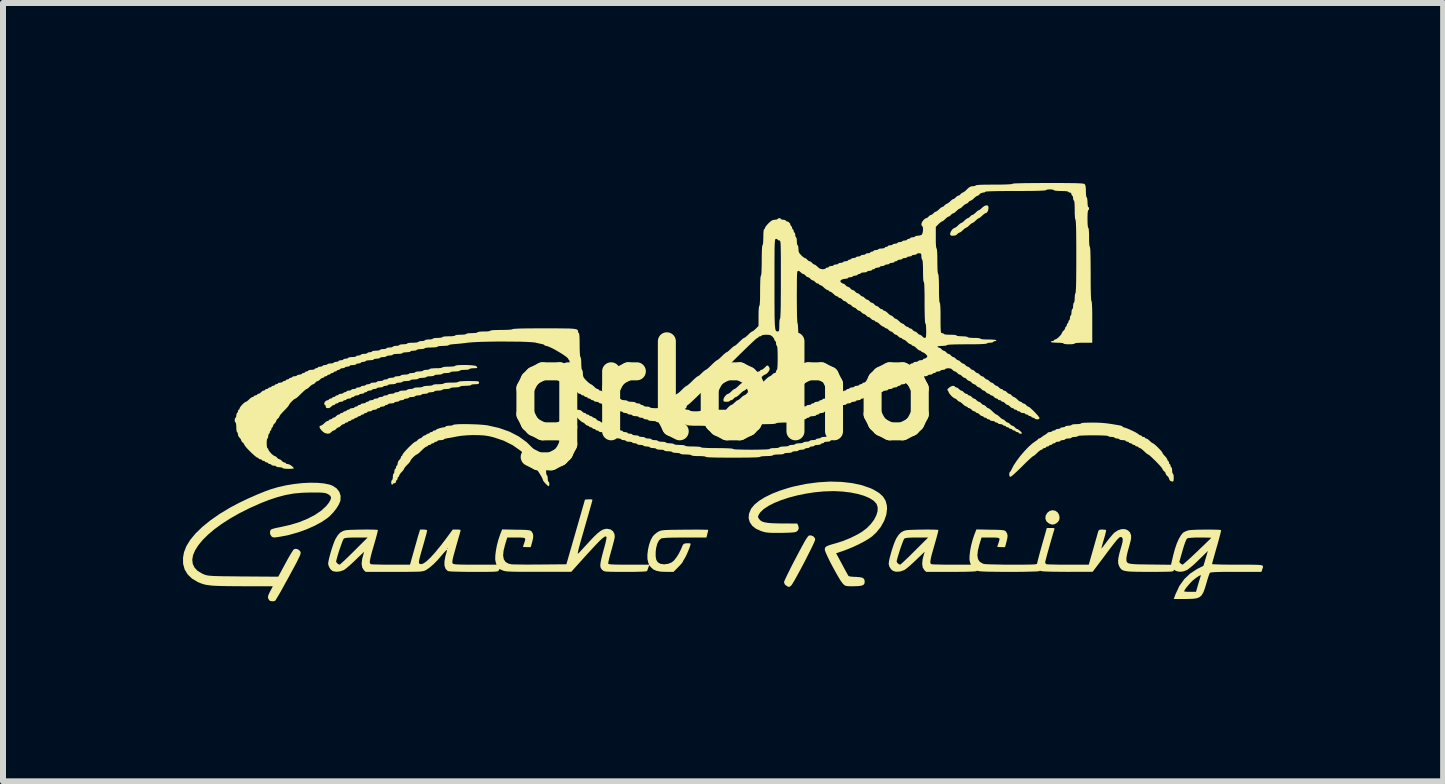
<source format=kicad_pcb>
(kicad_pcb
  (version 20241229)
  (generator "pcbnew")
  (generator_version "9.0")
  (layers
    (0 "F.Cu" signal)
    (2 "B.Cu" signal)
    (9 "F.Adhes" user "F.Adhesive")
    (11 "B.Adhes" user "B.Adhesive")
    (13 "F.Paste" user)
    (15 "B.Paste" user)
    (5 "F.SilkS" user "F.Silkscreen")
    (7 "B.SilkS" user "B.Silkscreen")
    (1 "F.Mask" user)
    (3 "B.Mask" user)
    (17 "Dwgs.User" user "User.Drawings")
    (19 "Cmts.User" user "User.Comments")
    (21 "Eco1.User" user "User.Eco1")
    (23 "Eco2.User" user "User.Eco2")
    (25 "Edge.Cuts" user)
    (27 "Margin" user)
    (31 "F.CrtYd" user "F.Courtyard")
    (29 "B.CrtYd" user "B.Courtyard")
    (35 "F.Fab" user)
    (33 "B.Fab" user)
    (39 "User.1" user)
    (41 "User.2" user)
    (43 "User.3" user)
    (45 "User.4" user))
  (footprint "grloho"
    (layer "F.Cu")
    (at 8.991 3.459)
    (property "Reference" "grloho" (at 0 0 0) (layer "F.SilkS") (effects (font (size 1.5 1.5) (thickness 0.3))))
    (attr board_only exclude_from_pos_files exclude_from_bom)
    (fp_poly (pts (xy 5.544 2.002) (xy 5.583 2.029) (xy 5.608 2.071) (xy 5.615 2.114) (xy 5.61 2.155) (xy 5.59 2.186) (xy 5.574 2.201) (xy 5.529 2.229) (xy 5.484 2.232) (xy 5.438 2.214) (xy 5.397 2.179) (xy 5.379 2.134) (xy 5.383 2.084) (xy 5.41 2.037) (xy 5.452 2.004) (xy 5.499 1.993)) (stroke (width 0) (type solid)) (fill yes) (layer "F.SilkS"))
    (fp_poly (pts (xy 1.484 2.415) (xy 1.519 2.434) (xy 1.54 2.464) (xy 1.543 2.482) (xy 1.537 2.502) (xy 1.52 2.542) (xy 1.494 2.598) (xy 1.46 2.667) (xy 1.421 2.744) (xy 1.379 2.827) (xy 1.335 2.911) (xy 1.291 2.993) (xy 1.249 3.07) (xy 1.212 3.138) (xy 1.18 3.193) (xy 1.156 3.231) (xy 1.142 3.25) (xy 1.117 3.268) (xy 1.097 3.27) (xy 1.071 3.257) (xy 1.037 3.23) (xy 1.025 3.197) (xy 1.025 3.188) (xy 1.031 3.17) (xy 1.048 3.132) (xy 1.074 3.077) (xy 1.109 3.007) (xy 1.149 2.926) (xy 1.195 2.837) (xy 1.219 2.792) (xy 1.275 2.685) (xy 1.321 2.6) (xy 1.357 2.534) (xy 1.386 2.484) (xy 1.408 2.45) (xy 1.425 2.428) (xy 1.438 2.416) (xy 1.445 2.413)) (stroke (width 0) (type solid)) (fill yes) (layer "F.SilkS"))
    (fp_poly (pts (xy 4.419 -3.084) (xy 4.429 -3.069) (xy 4.431 -3.039) (xy 4.423 -2.996) (xy 4.403 -2.965) (xy 4.377 -2.954) (xy 4.359 -2.945) (xy 4.333 -2.922) (xy 4.324 -2.914) (xy 4.297 -2.889) (xy 4.275 -2.875) (xy 4.271 -2.874) (xy 4.253 -2.865) (xy 4.226 -2.842) (xy 4.218 -2.834) (xy 4.191 -2.809) (xy 4.169 -2.795) (xy 4.165 -2.794) (xy 4.146 -2.785) (xy 4.12 -2.763) (xy 4.111 -2.754) (xy 4.084 -2.729) (xy 4.062 -2.715) (xy 4.058 -2.714) (xy 4.04 -2.705) (xy 4.013 -2.683) (xy 4.005 -2.674) (xy 3.977 -2.649) (xy 3.954 -2.635) (xy 3.949 -2.634) (xy 3.928 -2.625) (xy 3.912 -2.608) (xy 3.883 -2.587) (xy 3.842 -2.581) (xy 3.809 -2.583) (xy 3.795 -2.593) (xy 3.792 -2.615) (xy 3.801 -2.645) (xy 3.822 -2.678) (xy 3.849 -2.704) (xy 3.873 -2.714) (xy 3.891 -2.723) (xy 3.917 -2.746) (xy 3.925 -2.754) (xy 3.952 -2.779) (xy 3.974 -2.793) (xy 3.978 -2.794) (xy 3.997 -2.803) (xy 4.023 -2.826) (xy 4.032 -2.834) (xy 4.059 -2.859) (xy 4.083 -2.873) (xy 4.087 -2.874) (xy 4.108 -2.884) (xy 4.125 -2.901) (xy 4.146 -2.921) (xy 4.162 -2.927) (xy 4.182 -2.936) (xy 4.21 -2.959) (xy 4.218 -2.967) (xy 4.245 -2.992) (xy 4.267 -3.006) (xy 4.271 -3.007) (xy 4.29 -3.016) (xy 4.316 -3.039) (xy 4.324 -3.047) (xy 4.362 -3.077) (xy 4.396 -3.087)) (stroke (width 0) (type solid)) (fill yes) (layer "F.SilkS"))
    (fp_poly (pts (xy 0.762 -0.411) (xy 0.765 -0.408) (xy 0.782 -0.378) (xy 0.785 -0.36) (xy 0.776 -0.332) (xy 0.754 -0.301) (xy 0.727 -0.276) (xy 0.704 -0.266) (xy 0.686 -0.257) (xy 0.66 -0.235) (xy 0.652 -0.226) (xy 0.625 -0.201) (xy 0.603 -0.187) (xy 0.599 -0.186) (xy 0.58 -0.177) (xy 0.554 -0.155) (xy 0.546 -0.146) (xy 0.518 -0.121) (xy 0.497 -0.107) (xy 0.493 -0.106) (xy 0.475 -0.097) (xy 0.447 -0.074) (xy 0.426 -0.053) (xy 0.395 -0.024) (xy 0.37 -0.004) (xy 0.359 0) (xy 0.342 0.009) (xy 0.314 0.032) (xy 0.293 0.053) (xy 0.261 0.083) (xy 0.235 0.102) (xy 0.224 0.106) (xy 0.202 0.116) (xy 0.186 0.133) (xy 0.162 0.154) (xy 0.143 0.16) (xy 0.123 0.166) (xy 0.12 0.173) (xy 0.108 0.181) (xy 0.078 0.186) (xy 0.067 0.186) (xy 0.032 0.184) (xy 0.017 0.176) (xy 0.013 0.156) (xy 0.013 0.152) (xy 0.022 0.122) (xy 0.044 0.089) (xy 0.07 0.063) (xy 0.094 0.053) (xy 0.112 0.044) (xy 0.138 0.022) (xy 0.146 0.013) (xy 0.173 -0.012) (xy 0.195 -0.026) (xy 0.199 -0.027) (xy 0.217 -0.036) (xy 0.244 -0.059) (xy 0.266 -0.08) (xy 0.298 -0.109) (xy 0.324 -0.129) (xy 0.335 -0.133) (xy 0.356 -0.143) (xy 0.373 -0.16) (xy 0.394 -0.18) (xy 0.41 -0.186) (xy 0.43 -0.195) (xy 0.458 -0.218) (xy 0.466 -0.226) (xy 0.493 -0.251) (xy 0.517 -0.265) (xy 0.521 -0.266) (xy 0.543 -0.276) (xy 0.559 -0.293) (xy 0.583 -0.314) (xy 0.602 -0.319) (xy 0.622 -0.326) (xy 0.625 -0.333) (xy 0.636 -0.344) (xy 0.647 -0.346) (xy 0.669 -0.355) (xy 0.697 -0.378) (xy 0.706 -0.387) (xy 0.732 -0.412) (xy 0.748 -0.419)) (stroke (width 0) (type solid)) (fill yes) (layer "F.SilkS"))
    (fp_poly (pts (xy 1.979 1.521) (xy 2.157 1.541) (xy 2.32 1.576) (xy 2.466 1.627) (xy 2.517 1.651) (xy 2.607 1.705) (xy 2.673 1.765) (xy 2.716 1.834) (xy 2.737 1.913) (xy 2.741 1.967) (xy 2.728 2.069) (xy 2.692 2.172) (xy 2.635 2.273) (xy 2.56 2.366) (xy 2.492 2.429) (xy 2.435 2.469) (xy 2.359 2.514) (xy 2.271 2.56) (xy 2.176 2.605) (xy 2.082 2.644) (xy 2.007 2.672) (xy 1.892 2.71) (xy 1.991 2.894) (xy 2.025 2.958) (xy 2.056 3.014) (xy 2.08 3.058) (xy 2.096 3.084) (xy 2.1 3.09) (xy 2.118 3.096) (xy 2.155 3.101) (xy 2.205 3.104) (xy 2.221 3.104) (xy 2.287 3.109) (xy 2.331 3.119) (xy 2.357 3.138) (xy 2.367 3.168) (xy 2.368 3.187) (xy 2.363 3.217) (xy 2.346 3.238) (xy 2.312 3.251) (xy 2.259 3.258) (xy 2.183 3.26) (xy 2.183 3.26) (xy 2.121 3.26) (xy 2.08 3.258) (xy 2.053 3.253) (xy 2.033 3.244) (xy 2.015 3.228) (xy 2.004 3.217) (xy 1.982 3.189) (xy 1.952 3.143) (xy 1.917 3.084) (xy 1.878 3.015) (xy 1.838 2.942) (xy 1.799 2.868) (xy 1.764 2.798) (xy 1.735 2.736) (xy 1.714 2.687) (xy 1.704 2.655) (xy 1.703 2.649) (xy 1.706 2.625) (xy 1.716 2.607) (xy 1.738 2.592) (xy 1.775 2.577) (xy 1.832 2.559) (xy 1.876 2.547) (xy 2.004 2.507) (xy 2.134 2.454) (xy 2.256 2.393) (xy 2.324 2.352) (xy 2.403 2.292) (xy 2.47 2.224) (xy 2.524 2.152) (xy 2.562 2.078) (xy 2.583 2.007) (xy 2.584 1.942) (xy 2.565 1.886) (xy 2.563 1.884) (xy 2.517 1.835) (xy 2.448 1.791) (xy 2.359 1.753) (xy 2.252 1.722) (xy 2.132 1.698) (xy 2 1.682) (xy 1.861 1.675) (xy 1.836 1.675) (xy 1.687 1.68) (xy 1.536 1.694) (xy 1.387 1.717) (xy 1.242 1.747) (xy 1.104 1.783) (xy 0.977 1.825) (xy 0.863 1.871) (xy 0.765 1.921) (xy 0.685 1.974) (xy 0.628 2.029) (xy 0.604 2.065) (xy 0.591 2.095) (xy 0.593 2.116) (xy 0.609 2.14) (xy 0.631 2.164) (xy 0.66 2.182) (xy 0.7 2.195) (xy 0.755 2.204) (xy 0.826 2.21) (xy 0.919 2.213) (xy 0.998 2.214) (xy 1.244 2.215) (xy 1.261 2.252) (xy 1.27 2.295) (xy 1.253 2.332) (xy 1.224 2.355) (xy 1.201 2.36) (xy 1.156 2.365) (xy 1.092 2.368) (xy 1.014 2.37) (xy 0.968 2.371) (xy 0.881 2.371) (xy 0.815 2.37) (xy 0.765 2.367) (xy 0.725 2.363) (xy 0.689 2.355) (xy 0.653 2.344) (xy 0.646 2.342) (xy 0.559 2.304) (xy 0.495 2.254) (xy 0.453 2.193) (xy 0.434 2.125) (xy 0.44 2.052) (xy 0.472 1.975) (xy 0.478 1.964) (xy 0.53 1.901) (xy 0.606 1.838) (xy 0.703 1.778) (xy 0.82 1.72) (xy 0.952 1.668) (xy 1.099 1.621) (xy 1.184 1.598) (xy 1.39 1.555) (xy 1.593 1.528) (xy 1.79 1.516)) (stroke (width 0) (type solid)) (fill yes) (layer "F.SilkS"))
    (fp_poly (pts (xy 3.863 -0.075) (xy 3.872 -0.067) (xy 3.883 -0.055) (xy 3.896 -0.053) (xy 3.921 -0.043) (xy 3.938 -0.027) (xy 3.961 -0.006) (xy 3.978 0) (xy 4.002 0.01) (xy 4.018 0.027) (xy 4.042 0.047) (xy 4.061 0.053) (xy 4.081 0.059) (xy 4.085 0.067) (xy 4.096 0.078) (xy 4.108 0.08) (xy 4.134 0.09) (xy 4.151 0.106) (xy 4.174 0.127) (xy 4.191 0.133) (xy 4.215 0.143) (xy 4.231 0.16) (xy 4.254 0.18) (xy 4.271 0.186) (xy 4.294 0.196) (xy 4.311 0.213) (xy 4.334 0.234) (xy 4.351 0.239) (xy 4.374 0.249) (xy 4.391 0.266) (xy 4.412 0.287) (xy 4.428 0.293) (xy 4.447 0.302) (xy 4.475 0.325) (xy 4.497 0.346) (xy 4.528 0.375) (xy 4.554 0.395) (xy 4.564 0.399) (xy 4.582 0.408) (xy 4.609 0.431) (xy 4.617 0.439) (xy 4.645 0.464) (xy 4.668 0.478) (xy 4.673 0.479) (xy 4.694 0.489) (xy 4.71 0.506) (xy 4.733 0.526) (xy 4.75 0.532) (xy 4.773 0.542) (xy 4.79 0.559) (xy 4.813 0.58) (xy 4.83 0.585) (xy 4.853 0.595) (xy 4.87 0.612) (xy 4.891 0.633) (xy 4.907 0.639) (xy 4.925 0.647) (xy 4.952 0.667) (xy 4.976 0.69) (xy 4.989 0.709) (xy 4.99 0.711) (xy 4.978 0.717) (xy 4.963 0.718) (xy 4.941 0.713) (xy 4.936 0.705) (xy 4.925 0.694) (xy 4.91 0.692) (xy 4.888 0.686) (xy 4.883 0.679) (xy 4.872 0.668) (xy 4.856 0.665) (xy 4.835 0.66) (xy 4.83 0.652) (xy 4.819 0.641) (xy 4.803 0.639) (xy 4.782 0.633) (xy 4.777 0.625) (xy 4.765 0.615) (xy 4.75 0.612) (xy 4.728 0.606) (xy 4.723 0.599) (xy 4.712 0.588) (xy 4.697 0.585) (xy 4.675 0.58) (xy 4.67 0.572) (xy 4.659 0.563) (xy 4.631 0.559) (xy 4.63 0.559) (xy 4.602 0.555) (xy 4.59 0.546) (xy 4.59 0.546) (xy 4.579 0.535) (xy 4.564 0.532) (xy 4.542 0.527) (xy 4.537 0.519) (xy 4.526 0.51) (xy 4.498 0.506) (xy 4.497 0.506) (xy 4.469 0.502) (xy 4.457 0.492) (xy 4.457 0.492) (xy 4.446 0.481) (xy 4.431 0.479) (xy 4.409 0.473) (xy 4.404 0.466) (xy 4.393 0.455) (xy 4.377 0.452) (xy 4.356 0.447) (xy 4.351 0.439) (xy 4.34 0.428) (xy 4.327 0.426) (xy 4.301 0.416) (xy 4.284 0.399) (xy 4.26 0.378) (xy 4.241 0.373) (xy 4.222 0.366) (xy 4.218 0.359) (xy 4.207 0.348) (xy 4.194 0.346) (xy 4.168 0.336) (xy 4.151 0.319) (xy 4.127 0.299) (xy 4.108 0.293) (xy 4.088 0.287) (xy 4.085 0.279) (xy 4.074 0.268) (xy 4.063 0.266) (xy 4.041 0.257) (xy 4.013 0.234) (xy 4.005 0.226) (xy 3.977 0.201) (xy 3.954 0.187) (xy 3.949 0.186) (xy 3.928 0.176) (xy 3.912 0.16) (xy 3.89 0.139) (xy 3.875 0.133) (xy 3.854 0.123) (xy 3.825 0.1) (xy 3.796 0.07) (xy 3.774 0.041) (xy 3.765 0.022) (xy 3.756 0.001) (xy 3.749 -0.003) (xy 3.744 -0.014) (xy 3.756 -0.032) (xy 3.779 -0.053) (xy 3.807 -0.07) (xy 3.833 -0.079) (xy 3.838 -0.08)) (stroke (width 0) (type solid)) (fill yes) (layer "F.SilkS"))
    (fp_poly (pts (xy -6.749 1.537) (xy -6.641 1.547) (xy -6.55 1.566) (xy -6.499 1.585) (xy -6.432 1.629) (xy -6.387 1.686) (xy -6.365 1.754) (xy -6.368 1.829) (xy -6.372 1.845) (xy -6.396 1.901) (xy -6.436 1.965) (xy -6.488 2.031) (xy -6.546 2.091) (xy -6.582 2.122) (xy -6.681 2.189) (xy -6.801 2.254) (xy -6.936 2.313) (xy -7.079 2.364) (xy -7.225 2.405) (xy -7.347 2.43) (xy -7.41 2.44) (xy -7.452 2.446) (xy -7.479 2.447) (xy -7.496 2.443) (xy -7.51 2.435) (xy -7.517 2.429) (xy -7.538 2.396) (xy -7.543 2.357) (xy -7.532 2.323) (xy -7.524 2.315) (xy -7.503 2.306) (xy -7.462 2.294) (xy -7.408 2.282) (xy -7.366 2.274) (xy -7.206 2.238) (xy -7.055 2.192) (xy -6.917 2.136) (xy -6.794 2.072) (xy -6.689 2.001) (xy -6.606 1.925) (xy -6.562 1.87) (xy -6.533 1.819) (xy -6.524 1.782) (xy -6.537 1.753) (xy -6.571 1.728) (xy -6.58 1.723) (xy -6.603 1.713) (xy -6.628 1.706) (xy -6.661 1.702) (xy -6.707 1.699) (xy -6.769 1.698) (xy -6.852 1.698) (xy -7.005 1.702) (xy -7.145 1.715) (xy -7.28 1.739) (xy -7.415 1.774) (xy -7.559 1.822) (xy -7.699 1.877) (xy -7.881 1.958) (xy -8.05 2.043) (xy -8.204 2.13) (xy -8.344 2.22) (xy -8.468 2.31) (xy -8.575 2.401) (xy -8.665 2.49) (xy -8.737 2.578) (xy -8.79 2.662) (xy -8.824 2.742) (xy -8.837 2.818) (xy -8.829 2.887) (xy -8.799 2.95) (xy -8.747 3.005) (xy -8.671 3.05) (xy -8.629 3.068) (xy -8.61 3.074) (xy -8.589 3.079) (xy -8.563 3.083) (xy -8.529 3.086) (xy -8.485 3.089) (xy -8.427 3.091) (xy -8.354 3.093) (xy -8.262 3.094) (xy -8.149 3.095) (xy -8.013 3.097) (xy -7.983 3.097) (xy -7.404 3.101) (xy -7.285 2.879) (xy -7.246 2.808) (xy -7.21 2.745) (xy -7.179 2.694) (xy -7.156 2.659) (xy -7.142 2.643) (xy -7.142 2.643) (xy -7.109 2.636) (xy -7.072 2.647) (xy -7.042 2.673) (xy -7.033 2.69) (xy -7.031 2.702) (xy -7.033 2.718) (xy -7.04 2.741) (xy -7.054 2.772) (xy -7.075 2.816) (xy -7.104 2.874) (xy -7.144 2.948) (xy -7.195 3.042) (xy -7.231 3.109) (xy -7.282 3.201) (xy -7.329 3.287) (xy -7.371 3.362) (xy -7.407 3.423) (xy -7.434 3.469) (xy -7.451 3.496) (xy -7.456 3.502) (xy -7.486 3.511) (xy -7.525 3.508) (xy -7.542 3.504) (xy -7.559 3.487) (xy -7.572 3.463) (xy -7.576 3.441) (xy -7.571 3.413) (xy -7.554 3.375) (xy -7.539 3.345) (xy -7.494 3.26) (xy -7.995 3.26) (xy -8.14 3.259) (xy -8.262 3.258) (xy -8.363 3.256) (xy -8.446 3.253) (xy -8.514 3.249) (xy -8.571 3.242) (xy -8.619 3.234) (xy -8.661 3.223) (xy -8.699 3.209) (xy -8.738 3.193) (xy -8.747 3.189) (xy -8.841 3.133) (xy -8.914 3.063) (xy -8.964 2.98) (xy -8.99 2.886) (xy -8.991 2.783) (xy -8.975 2.694) (xy -8.935 2.591) (xy -8.87 2.486) (xy -8.781 2.379) (xy -8.669 2.271) (xy -8.536 2.163) (xy -8.383 2.056) (xy -8.21 1.952) (xy -8.196 1.944) (xy -8.06 1.872) (xy -7.912 1.801) (xy -7.76 1.734) (xy -7.615 1.675) (xy -7.531 1.645) (xy -7.406 1.608) (xy -7.274 1.578) (xy -7.137 1.556) (xy -7.002 1.541) (xy -6.871 1.535)) (stroke (width 0) (type solid)) (fill yes) (layer "F.SilkS"))
    (fp_poly (pts (xy -4.235 0.559) (xy -4.156 0.561) (xy -4.079 0.564) (xy -4.008 0.569) (xy -3.947 0.575) (xy -3.917 0.579) (xy -3.724 0.623) (xy -3.551 0.684) (xy -3.398 0.763) (xy -3.265 0.859) (xy -3.151 0.972) (xy -3.108 1.025) (xy -3.065 1.084) (xy -3.038 1.128) (xy -3.023 1.158) (xy -3.02 1.174) (xy -3.01 1.195) (xy -2.994 1.211) (xy -2.972 1.24) (xy -2.967 1.267) (xy -2.963 1.294) (xy -2.954 1.304) (xy -2.945 1.316) (xy -2.941 1.345) (xy -2.94 1.357) (xy -2.938 1.39) (xy -2.93 1.409) (xy -2.927 1.41) (xy -2.919 1.422) (xy -2.914 1.452) (xy -2.914 1.464) (xy -2.911 1.497) (xy -2.904 1.515) (xy -2.901 1.517) (xy -2.891 1.528) (xy -2.887 1.556) (xy -2.887 1.557) (xy -2.89 1.585) (xy -2.899 1.593) (xy -2.918 1.581) (xy -2.95 1.55) (xy -2.976 1.52) (xy -2.992 1.497) (xy -2.994 1.49) (xy -3.001 1.467) (xy -3.022 1.427) (xy -3.053 1.376) (xy -3.091 1.318) (xy -3.132 1.258) (xy -3.174 1.201) (xy -3.213 1.151) (xy -3.239 1.122) (xy -3.363 1.004) (xy -3.499 0.909) (xy -3.649 0.834) (xy -3.816 0.778) (xy -3.905 0.757) (xy -3.976 0.747) (xy -4.064 0.742) (xy -4.163 0.741) (xy -4.262 0.745) (xy -4.355 0.753) (xy -4.431 0.765) (xy -4.49 0.777) (xy -4.545 0.787) (xy -4.586 0.794) (xy -4.594 0.795) (xy -4.626 0.802) (xy -4.643 0.811) (xy -4.644 0.813) (xy -4.655 0.82) (xy -4.685 0.825) (xy -4.697 0.825) (xy -4.73 0.828) (xy -4.749 0.835) (xy -4.75 0.838) (xy -4.761 0.849) (xy -4.777 0.852) (xy -4.798 0.857) (xy -4.803 0.865) (xy -4.814 0.876) (xy -4.83 0.878) (xy -4.851 0.884) (xy -4.856 0.891) (xy -4.868 0.902) (xy -4.883 0.905) (xy -4.905 0.91) (xy -4.91 0.918) (xy -4.921 0.93) (xy -4.931 0.931) (xy -4.95 0.94) (xy -4.98 0.964) (xy -5.016 0.997) (xy -5.016 0.998) (xy -5.05 1.031) (xy -5.079 1.055) (xy -5.095 1.064) (xy -5.096 1.064) (xy -5.114 1.074) (xy -5.141 1.096) (xy -5.17 1.125) (xy -5.193 1.153) (xy -5.202 1.171) (xy -5.202 1.171) (xy -5.211 1.188) (xy -5.234 1.216) (xy -5.256 1.237) (xy -5.285 1.268) (xy -5.304 1.294) (xy -5.309 1.304) (xy -5.318 1.323) (xy -5.34 1.349) (xy -5.349 1.357) (xy -5.374 1.386) (xy -5.388 1.411) (xy -5.389 1.416) (xy -5.395 1.434) (xy -5.402 1.437) (xy -5.413 1.448) (xy -5.415 1.464) (xy -5.421 1.485) (xy -5.429 1.49) (xy -5.439 1.501) (xy -5.442 1.517) (xy -5.451 1.539) (xy -5.469 1.543) (xy -5.49 1.549) (xy -5.495 1.557) (xy -5.505 1.57) (xy -5.508 1.57) (xy -5.518 1.558) (xy -5.522 1.531) (xy -5.522 1.53) (xy -5.518 1.502) (xy -5.509 1.49) (xy -5.508 1.49) (xy -5.5 1.478) (xy -5.495 1.449) (xy -5.495 1.437) (xy -5.492 1.404) (xy -5.485 1.385) (xy -5.482 1.384) (xy -5.472 1.372) (xy -5.469 1.344) (xy -5.469 1.344) (xy -5.465 1.316) (xy -5.455 1.304) (xy -5.455 1.304) (xy -5.444 1.293) (xy -5.442 1.277) (xy -5.436 1.256) (xy -5.429 1.251) (xy -5.419 1.239) (xy -5.415 1.214) (xy -5.405 1.177) (xy -5.389 1.158) (xy -5.368 1.134) (xy -5.362 1.115) (xy -5.356 1.095) (xy -5.349 1.091) (xy -5.337 1.08) (xy -5.335 1.071) (xy -5.326 1.053) (xy -5.302 1.023) (xy -5.268 0.985) (xy -5.229 0.944) (xy -5.189 0.906) (xy -5.154 0.874) (xy -5.128 0.855) (xy -5.119 0.852) (xy -5.099 0.842) (xy -5.083 0.825) (xy -5.06 0.804) (xy -5.043 0.798) (xy -5.019 0.788) (xy -5.003 0.772) (xy -4.979 0.751) (xy -4.96 0.745) (xy -4.94 0.739) (xy -4.936 0.732) (xy -4.925 0.721) (xy -4.91 0.718) (xy -4.888 0.713) (xy -4.883 0.705) (xy -4.872 0.694) (xy -4.856 0.692) (xy -4.835 0.686) (xy -4.83 0.679) (xy -4.819 0.668) (xy -4.803 0.665) (xy -4.782 0.661) (xy -4.777 0.655) (xy -4.765 0.645) (xy -4.736 0.633) (xy -4.699 0.622) (xy -4.663 0.614) (xy -4.644 0.612) (xy -4.622 0.607) (xy -4.617 0.599) (xy -4.605 0.591) (xy -4.575 0.586) (xy -4.558 0.585) (xy -4.52 0.583) (xy -4.495 0.576) (xy -4.491 0.572) (xy -4.474 0.566) (xy -4.435 0.562) (xy -4.38 0.559) (xy -4.311 0.558)) (stroke (width 0) (type solid)) (fill yes) (layer "F.SilkS"))
    (fp_poly (pts (xy 6.164 0.533) (xy 6.24 0.534) (xy 6.307 0.537) (xy 6.372 0.542) (xy 6.442 0.551) (xy 6.525 0.564) (xy 6.623 0.581) (xy 6.652 0.589) (xy 6.666 0.599) (xy 6.666 0.6) (xy 6.677 0.611) (xy 6.683 0.612) (xy 6.707 0.618) (xy 6.746 0.632) (xy 6.794 0.653) (xy 6.843 0.676) (xy 6.887 0.698) (xy 6.917 0.717) (xy 6.927 0.725) (xy 6.95 0.742) (xy 6.964 0.745) (xy 6.982 0.752) (xy 6.985 0.758) (xy 6.996 0.769) (xy 7.012 0.772) (xy 7.034 0.777) (xy 7.039 0.785) (xy 7.049 0.797) (xy 7.06 0.798) (xy 7.082 0.807) (xy 7.11 0.83) (xy 7.118 0.838) (xy 7.145 0.863) (xy 7.167 0.877) (xy 7.171 0.878) (xy 7.187 0.887) (xy 7.216 0.911) (xy 7.25 0.943) (xy 7.284 0.978) (xy 7.312 1.009) (xy 7.329 1.033) (xy 7.331 1.039) (xy 7.34 1.057) (xy 7.363 1.083) (xy 7.371 1.091) (xy 7.397 1.12) (xy 7.41 1.145) (xy 7.411 1.15) (xy 7.418 1.168) (xy 7.424 1.171) (xy 7.435 1.182) (xy 7.438 1.197) (xy 7.443 1.219) (xy 7.451 1.224) (xy 7.462 1.235) (xy 7.464 1.251) (xy 7.47 1.272) (xy 7.478 1.277) (xy 7.486 1.289) (xy 7.491 1.319) (xy 7.491 1.331) (xy 7.494 1.364) (xy 7.501 1.382) (xy 7.504 1.384) (xy 7.512 1.396) (xy 7.517 1.426) (xy 7.518 1.45) (xy 7.516 1.491) (xy 7.51 1.511) (xy 7.496 1.516) (xy 7.494 1.516) (xy 7.466 1.506) (xy 7.454 1.497) (xy 7.44 1.472) (xy 7.438 1.46) (xy 7.428 1.44) (xy 7.411 1.424) (xy 7.39 1.401) (xy 7.384 1.384) (xy 7.375 1.36) (xy 7.358 1.344) (xy 7.337 1.323) (xy 7.331 1.307) (xy 7.322 1.292) (xy 7.298 1.262) (xy 7.264 1.225) (xy 7.223 1.182) (xy 7.181 1.141) (xy 7.142 1.104) (xy 7.112 1.077) (xy 7.093 1.065) (xy 7.091 1.064) (xy 7.074 1.055) (xy 7.047 1.032) (xy 7.025 1.011) (xy 6.993 0.982) (xy 6.965 0.962) (xy 6.953 0.958) (xy 6.935 0.951) (xy 6.932 0.945) (xy 6.921 0.934) (xy 6.905 0.931) (xy 6.884 0.926) (xy 6.879 0.918) (xy 6.868 0.907) (xy 6.852 0.905) (xy 6.831 0.899) (xy 6.826 0.891) (xy 6.815 0.881) (xy 6.799 0.878) (xy 6.777 0.873) (xy 6.772 0.865) (xy 6.761 0.854) (xy 6.746 0.852) (xy 6.724 0.846) (xy 6.719 0.838) (xy 6.707 0.83) (xy 6.678 0.825) (xy 6.666 0.825) (xy 6.633 0.822) (xy 6.614 0.815) (xy 6.613 0.812) (xy 6.601 0.802) (xy 6.573 0.798) (xy 6.573 0.798) (xy 6.545 0.794) (xy 6.533 0.785) (xy 6.533 0.785) (xy 6.521 0.777) (xy 6.492 0.772) (xy 6.48 0.772) (xy 6.446 0.769) (xy 6.428 0.761) (xy 6.427 0.758) (xy 6.413 0.753) (xy 6.376 0.75) (xy 6.314 0.747) (xy 6.231 0.745) (xy 6.174 0.745) (xy 6.079 0.746) (xy 6.005 0.748) (xy 5.953 0.751) (xy 5.925 0.755) (xy 5.921 0.758) (xy 5.909 0.767) (xy 5.88 0.771) (xy 5.868 0.772) (xy 5.834 0.775) (xy 5.816 0.782) (xy 5.814 0.785) (xy 5.803 0.793) (xy 5.773 0.798) (xy 5.761 0.798) (xy 5.728 0.801) (xy 5.709 0.809) (xy 5.708 0.812) (xy 5.696 0.821) (xy 5.669 0.825) (xy 5.668 0.825) (xy 5.64 0.829) (xy 5.628 0.838) (xy 5.628 0.838) (xy 5.617 0.848) (xy 5.589 0.852) (xy 5.588 0.852) (xy 5.56 0.855) (xy 5.548 0.865) (xy 5.548 0.865) (xy 5.537 0.876) (xy 5.522 0.878) (xy 5.5 0.884) (xy 5.495 0.891) (xy 5.484 0.902) (xy 5.469 0.905) (xy 5.447 0.91) (xy 5.442 0.918) (xy 5.431 0.929) (xy 5.415 0.931) (xy 5.394 0.937) (xy 5.389 0.945) (xy 5.378 0.955) (xy 5.362 0.958) (xy 5.34 0.964) (xy 5.335 0.971) (xy 5.325 0.983) (xy 5.314 0.985) (xy 5.294 0.994) (xy 5.264 1.017) (xy 5.242 1.038) (xy 5.212 1.067) (xy 5.187 1.087) (xy 5.176 1.091) (xy 5.163 1.1) (xy 5.134 1.125) (xy 5.093 1.163) (xy 5.043 1.211) (xy 4.99 1.264) (xy 4.934 1.319) (xy 4.883 1.367) (xy 4.841 1.405) (xy 4.811 1.429) (xy 4.797 1.437) (xy 4.781 1.426) (xy 4.777 1.397) (xy 4.78 1.369) (xy 4.787 1.357) (xy 4.787 1.357) (xy 4.798 1.346) (xy 4.813 1.319) (xy 4.815 1.314) (xy 4.851 1.245) (xy 4.902 1.168) (xy 4.963 1.087) (xy 5.031 1.008) (xy 5.099 0.937) (xy 5.164 0.879) (xy 5.213 0.844) (xy 5.241 0.825) (xy 5.255 0.811) (xy 5.256 0.809) (xy 5.266 0.799) (xy 5.273 0.798) (xy 5.296 0.79) (xy 5.316 0.775) (xy 5.348 0.751) (xy 5.379 0.733) (xy 5.404 0.716) (xy 5.415 0.703) (xy 5.415 0.703) (xy 5.427 0.695) (xy 5.448 0.692) (xy 5.476 0.687) (xy 5.488 0.679) (xy 5.507 0.667) (xy 5.523 0.665) (xy 5.544 0.66) (xy 5.548 0.652) (xy 5.56 0.643) (xy 5.588 0.639) (xy 5.588 0.639) (xy 5.616 0.635) (xy 5.628 0.626) (xy 5.628 0.625) (xy 5.64 0.616) (xy 5.668 0.612) (xy 5.668 0.612) (xy 5.696 0.608) (xy 5.708 0.599) (xy 5.708 0.599) (xy 5.72 0.59) (xy 5.749 0.586) (xy 5.761 0.585) (xy 5.795 0.582) (xy 5.813 0.575) (xy 5.814 0.572) (xy 5.827 0.565) (xy 5.858 0.56) (xy 5.894 0.559) (xy 5.937 0.557) (xy 5.966 0.552) (xy 5.974 0.546) (xy 5.987 0.54) (xy 6.024 0.536) (xy 6.083 0.534) (xy 6.162 0.533)) (stroke (width 0) (type solid)) (fill yes) (layer "F.SilkS"))
    (fp_poly (pts (xy -4.249 -0.426) (xy -4.193 -0.423) (xy -4.146 -0.418) (xy -4.114 -0.412) (xy -4.104 -0.407) (xy -4.088 -0.388) (xy -4.091 -0.378) (xy -4.114 -0.373) (xy -4.151 -0.373) (xy -4.189 -0.37) (xy -4.213 -0.364) (xy -4.218 -0.359) (xy -4.23 -0.352) (xy -4.262 -0.347) (xy -4.298 -0.346) (xy -4.34 -0.344) (xy -4.369 -0.339) (xy -4.377 -0.333) (xy -4.39 -0.326) (xy -4.421 -0.321) (xy -4.457 -0.319) (xy -4.5 -0.317) (xy -4.529 -0.312) (xy -4.537 -0.306) (xy -4.549 -0.298) (xy -4.58 -0.294) (xy -4.604 -0.293) (xy -4.642 -0.29) (xy -4.666 -0.284) (xy -4.67 -0.279) (xy -4.682 -0.272) (xy -4.713 -0.267) (xy -4.737 -0.266) (xy -4.775 -0.264) (xy -4.799 -0.258) (xy -4.803 -0.253) (xy -4.815 -0.245) (xy -4.846 -0.24) (xy -4.87 -0.239) (xy -4.908 -0.237) (xy -4.932 -0.231) (xy -4.936 -0.226) (xy -4.948 -0.219) (xy -4.979 -0.214) (xy -5.003 -0.213) (xy -5.041 -0.21) (xy -5.065 -0.204) (xy -5.069 -0.2) (xy -5.081 -0.192) (xy -5.112 -0.187) (xy -5.136 -0.186) (xy -5.174 -0.184) (xy -5.198 -0.178) (xy -5.202 -0.173) (xy -5.214 -0.165) (xy -5.245 -0.161) (xy -5.269 -0.16) (xy -5.307 -0.157) (xy -5.331 -0.151) (xy -5.335 -0.146) (xy -5.347 -0.138) (xy -5.377 -0.133) (xy -5.389 -0.133) (xy -5.422 -0.13) (xy -5.441 -0.123) (xy -5.442 -0.12) (xy -5.454 -0.112) (xy -5.484 -0.107) (xy -5.508 -0.106) (xy -5.546 -0.104) (xy -5.57 -0.098) (xy -5.575 -0.093) (xy -5.587 -0.084) (xy -5.614 -0.08) (xy -5.615 -0.08) (xy -5.643 -0.076) (xy -5.655 -0.067) (xy -5.655 -0.067) (xy -5.667 -0.058) (xy -5.696 -0.054) (xy -5.708 -0.053) (xy -5.741 -0.05) (xy -5.76 -0.043) (xy -5.761 -0.04) (xy -5.773 -0.031) (xy -5.801 -0.027) (xy -5.801 -0.027) (xy -5.829 -0.023) (xy -5.841 -0.013) (xy -5.841 -0.013) (xy -5.853 -0.004) (xy -5.88 -0.000001) (xy -5.881 0) (xy -5.909 0.004) (xy -5.921 0.013) (xy -5.921 0.013) (xy -5.932 0.024) (xy -5.948 0.027) (xy -5.969 0.032) (xy -5.974 0.04) (xy -5.986 0.049) (xy -6.014 0.053) (xy -6.014 0.053) (xy -6.042 0.057) (xy -6.054 0.066) (xy -6.054 0.067) (xy -6.066 0.076) (xy -6.093 0.08) (xy -6.094 0.08) (xy -6.122 0.084) (xy -6.134 0.093) (xy -6.134 0.093) (xy -6.145 0.104) (xy -6.16 0.106) (xy -6.182 0.112) (xy -6.187 0.12) (xy -6.199 0.129) (xy -6.226 0.133) (xy -6.227 0.133) (xy -6.255 0.137) (xy -6.267 0.146) (xy -6.267 0.146) (xy -6.278 0.157) (xy -6.293 0.16) (xy -6.315 0.165) (xy -6.32 0.173) (xy -6.332 0.182) (xy -6.359 0.186) (xy -6.36 0.186) (xy -6.388 0.19) (xy -6.4 0.199) (xy -6.4 0.2) (xy -6.411 0.21) (xy -6.427 0.213) (xy -6.448 0.218) (xy -6.453 0.226) (xy -6.464 0.237) (xy -6.477 0.239) (xy -6.503 0.25) (xy -6.52 0.266) (xy -6.549 0.288) (xy -6.576 0.293) (xy -6.604 0.288) (xy -6.613 0.27) (xy -6.613 0.266) (xy -6.618 0.244) (xy -6.626 0.239) (xy -6.638 0.23) (xy -6.637 0.208) (xy -6.624 0.183) (xy -6.62 0.179) (xy -6.595 0.163) (xy -6.58 0.16) (xy -6.562 0.153) (xy -6.56 0.146) (xy -6.548 0.136) (xy -6.533 0.133) (xy -6.511 0.127) (xy -6.506 0.12) (xy -6.495 0.109) (xy -6.48 0.106) (xy -6.458 0.101) (xy -6.453 0.093) (xy -6.442 0.082) (xy -6.427 0.08) (xy -6.405 0.074) (xy -6.4 0.067) (xy -6.388 0.057) (xy -6.36 0.053) (xy -6.36 0.053) (xy -6.332 0.049) (xy -6.32 0.04) (xy -6.32 0.04) (xy -6.309 0.029) (xy -6.293 0.027) (xy -6.272 0.021) (xy -6.267 0.013) (xy -6.255 0.004) (xy -6.227 0.000001) (xy -6.227 0) (xy -6.199 -0.004) (xy -6.187 -0.013) (xy -6.187 -0.013) (xy -6.175 -0.023) (xy -6.148 -0.027) (xy -6.147 -0.027) (xy -6.119 -0.03) (xy -6.107 -0.04) (xy -6.107 -0.04) (xy -6.096 -0.049) (xy -6.068 -0.053) (xy -6.067 -0.053) (xy -6.039 -0.057) (xy -6.027 -0.066) (xy -6.027 -0.067) (xy -6.016 -0.076) (xy -5.988 -0.08) (xy -5.987 -0.08) (xy -5.959 -0.084) (xy -5.948 -0.093) (xy -5.948 -0.093) (xy -5.936 -0.102) (xy -5.908 -0.106) (xy -5.908 -0.106) (xy -5.88 -0.11) (xy -5.868 -0.12) (xy -5.868 -0.12) (xy -5.856 -0.128) (xy -5.826 -0.133) (xy -5.814 -0.133) (xy -5.781 -0.136) (xy -5.763 -0.143) (xy -5.761 -0.146) (xy -5.749 -0.155) (xy -5.72 -0.159) (xy -5.708 -0.16) (xy -5.675 -0.163) (xy -5.656 -0.17) (xy -5.655 -0.173) (xy -5.643 -0.182) (xy -5.615 -0.186) (xy -5.615 -0.186) (xy -5.587 -0.19) (xy -5.575 -0.199) (xy -5.575 -0.2) (xy -5.563 -0.208) (xy -5.534 -0.213) (xy -5.522 -0.213) (xy -5.488 -0.216) (xy -5.47 -0.223) (xy -5.469 -0.226) (xy -5.457 -0.235) (xy -5.427 -0.239) (xy -5.415 -0.239) (xy -5.382 -0.242) (xy -5.363 -0.25) (xy -5.362 -0.253) (xy -5.35 -0.26) (xy -5.32 -0.265) (xy -5.296 -0.266) (xy -5.258 -0.269) (xy -5.234 -0.275) (xy -5.229 -0.279) (xy -5.217 -0.288) (xy -5.188 -0.292) (xy -5.176 -0.293) (xy -5.142 -0.296) (xy -5.124 -0.303) (xy -5.123 -0.306) (xy -5.111 -0.314) (xy -5.08 -0.318) (xy -5.056 -0.319) (xy -5.018 -0.322) (xy -4.994 -0.328) (xy -4.99 -0.333) (xy -4.978 -0.341) (xy -4.948 -0.346) (xy -4.936 -0.346) (xy -4.903 -0.349) (xy -4.884 -0.356) (xy -4.883 -0.359) (xy -4.871 -0.366) (xy -4.837 -0.37) (xy -4.786 -0.373) (xy -4.777 -0.373) (xy -4.724 -0.374) (xy -4.687 -0.378) (xy -4.671 -0.385) (xy -4.67 -0.386) (xy -4.658 -0.392) (xy -4.624 -0.397) (xy -4.573 -0.399) (xy -4.564 -0.399) (xy -4.511 -0.401) (xy -4.474 -0.405) (xy -4.458 -0.411) (xy -4.457 -0.412) (xy -4.445 -0.419) (xy -4.412 -0.424) (xy -4.365 -0.426) (xy -4.308 -0.427)) (stroke (width 0) (type solid)) (fill yes) (layer "F.SilkS"))
    (fp_poly (pts (xy -4.161 -0.159) (xy -4.112 -0.158) (xy -4.082 -0.156) (xy -4.066 -0.151) (xy -4.059 -0.143) (xy -4.058 -0.133) (xy -4.062 -0.117) (xy -4.077 -0.109) (xy -4.109 -0.107) (xy -4.125 -0.106) (xy -4.163 -0.104) (xy -4.187 -0.098) (xy -4.191 -0.093) (xy -4.204 -0.086) (xy -4.236 -0.082) (xy -4.284 -0.08) (xy -4.284 -0.08) (xy -4.332 -0.078) (xy -4.365 -0.073) (xy -4.377 -0.067) (xy -4.377 -0.067) (xy -4.39 -0.059) (xy -4.421 -0.055) (xy -4.457 -0.053) (xy -4.5 -0.051) (xy -4.529 -0.046) (xy -4.537 -0.04) (xy -4.549 -0.032) (xy -4.58 -0.028) (xy -4.604 -0.027) (xy -4.642 -0.024) (xy -4.666 -0.018) (xy -4.67 -0.013) (xy -4.682 -0.006) (xy -4.713 -0.001) (xy -4.737 0) (xy -4.775 0.002) (xy -4.799 0.009) (xy -4.803 0.013) (xy -4.815 0.022) (xy -4.845 0.026) (xy -4.856 0.027) (xy -4.89 0.03) (xy -4.908 0.037) (xy -4.91 0.04) (xy -4.921 0.048) (xy -4.951 0.053) (xy -4.963 0.053) (xy -4.996 0.056) (xy -5.015 0.064) (xy -5.016 0.067) (xy -5.028 0.075) (xy -5.057 0.079) (xy -5.069 0.08) (xy -5.103 0.083) (xy -5.121 0.09) (xy -5.123 0.093) (xy -5.134 0.101) (xy -5.164 0.106) (xy -5.176 0.106) (xy -5.209 0.109) (xy -5.228 0.117) (xy -5.229 0.12) (xy -5.241 0.129) (xy -5.268 0.133) (xy -5.269 0.133) (xy -5.297 0.137) (xy -5.309 0.146) (xy -5.309 0.146) (xy -5.32 0.156) (xy -5.348 0.16) (xy -5.349 0.16) (xy -5.377 0.164) (xy -5.389 0.173) (xy -5.389 0.173) (xy -5.4 0.182) (xy -5.428 0.186) (xy -5.429 0.186) (xy -5.457 0.19) (xy -5.469 0.199) (xy -5.469 0.2) (xy -5.48 0.208) (xy -5.51 0.213) (xy -5.522 0.213) (xy -5.555 0.216) (xy -5.574 0.223) (xy -5.575 0.226) (xy -5.586 0.237) (xy -5.602 0.239) (xy -5.623 0.245) (xy -5.628 0.253) (xy -5.64 0.262) (xy -5.668 0.266) (xy -5.668 0.266) (xy -5.696 0.27) (xy -5.708 0.279) (xy -5.708 0.279) (xy -5.719 0.29) (xy -5.735 0.293) (xy -5.756 0.298) (xy -5.761 0.306) (xy -5.773 0.315) (xy -5.801 0.319) (xy -5.801 0.319) (xy -5.829 0.323) (xy -5.841 0.332) (xy -5.841 0.333) (xy -5.853 0.342) (xy -5.88 0.346) (xy -5.881 0.346) (xy -5.909 0.35) (xy -5.921 0.359) (xy -5.921 0.359) (xy -5.932 0.37) (xy -5.948 0.373) (xy -5.969 0.378) (xy -5.974 0.386) (xy -5.985 0.397) (xy -6.001 0.399) (xy -6.022 0.405) (xy -6.027 0.412) (xy -6.038 0.423) (xy -6.054 0.426) (xy -6.076 0.431) (xy -6.081 0.439) (xy -6.092 0.45) (xy -6.107 0.452) (xy -6.129 0.458) (xy -6.134 0.466) (xy -6.145 0.476) (xy -6.16 0.479) (xy -6.182 0.485) (xy -6.187 0.492) (xy -6.198 0.503) (xy -6.214 0.506) (xy -6.235 0.511) (xy -6.24 0.519) (xy -6.251 0.53) (xy -6.267 0.532) (xy -6.288 0.538) (xy -6.293 0.546) (xy -6.304 0.557) (xy -6.317 0.559) (xy -6.343 0.569) (xy -6.36 0.585) (xy -6.383 0.606) (xy -6.4 0.612) (xy -6.423 0.622) (xy -6.44 0.639) (xy -6.462 0.659) (xy -6.48 0.665) (xy -6.503 0.675) (xy -6.52 0.692) (xy -6.551 0.715) (xy -6.592 0.718) (xy -6.638 0.702) (xy -6.676 0.671) (xy -6.706 0.634) (xy -6.718 0.605) (xy -6.711 0.588) (xy -6.698 0.585) (xy -6.676 0.576) (xy -6.647 0.554) (xy -6.639 0.546) (xy -6.611 0.52) (xy -6.586 0.506) (xy -6.581 0.506) (xy -6.562 0.499) (xy -6.56 0.492) (xy -6.548 0.481) (xy -6.533 0.479) (xy -6.511 0.473) (xy -6.506 0.466) (xy -6.495 0.454) (xy -6.483 0.452) (xy -6.457 0.442) (xy -6.44 0.426) (xy -6.416 0.405) (xy -6.397 0.399) (xy -6.377 0.393) (xy -6.373 0.386) (xy -6.362 0.375) (xy -6.347 0.373) (xy -6.325 0.367) (xy -6.32 0.359) (xy -6.309 0.348) (xy -6.293 0.346) (xy -6.272 0.34) (xy -6.267 0.333) (xy -6.256 0.322) (xy -6.24 0.319) (xy -6.219 0.314) (xy -6.214 0.306) (xy -6.202 0.297) (xy -6.174 0.293) (xy -6.174 0.293) (xy -6.146 0.289) (xy -6.134 0.28) (xy -6.134 0.279) (xy -6.123 0.269) (xy -6.107 0.266) (xy -6.086 0.261) (xy -6.081 0.253) (xy -6.069 0.242) (xy -6.054 0.239) (xy -6.032 0.234) (xy -6.027 0.226) (xy -6.016 0.217) (xy -5.988 0.213) (xy -5.987 0.213) (xy -5.959 0.209) (xy -5.948 0.2) (xy -5.948 0.2) (xy -5.936 0.189) (xy -5.921 0.186) (xy -5.899 0.181) (xy -5.894 0.173) (xy -5.883 0.164) (xy -5.855 0.16) (xy -5.854 0.16) (xy -5.826 0.156) (xy -5.814 0.147) (xy -5.814 0.146) (xy -5.803 0.137) (xy -5.775 0.133) (xy -5.775 0.133) (xy -5.747 0.129) (xy -5.735 0.12) (xy -5.735 0.12) (xy -5.723 0.11) (xy -5.695 0.106) (xy -5.695 0.106) (xy -5.667 0.103) (xy -5.655 0.093) (xy -5.655 0.093) (xy -5.643 0.084) (xy -5.615 0.08) (xy -5.615 0.08) (xy -5.587 0.076) (xy -5.575 0.067) (xy -5.575 0.067) (xy -5.563 0.058) (xy -5.534 0.054) (xy -5.522 0.053) (xy -5.488 0.05) (xy -5.47 0.043) (xy -5.469 0.04) (xy -5.457 0.031) (xy -5.429 0.027) (xy -5.429 0.027) (xy -5.401 0.023) (xy -5.389 0.013) (xy -5.389 0.013) (xy -5.377 0.006) (xy -5.346 0.001) (xy -5.322 0) (xy -5.284 -0.002) (xy -5.26 -0.009) (xy -5.256 -0.013) (xy -5.244 -0.022) (xy -5.214 -0.026) (xy -5.202 -0.027) (xy -5.169 -0.03) (xy -5.151 -0.037) (xy -5.149 -0.04) (xy -5.137 -0.047) (xy -5.105 -0.052) (xy -5.069 -0.053) (xy -5.027 -0.055) (xy -4.998 -0.061) (xy -4.99 -0.067) (xy -4.977 -0.074) (xy -4.946 -0.078) (xy -4.91 -0.08) (xy -4.867 -0.082) (xy -4.838 -0.087) (xy -4.83 -0.093) (xy -4.818 -0.1) (xy -4.785 -0.105) (xy -4.737 -0.106) (xy -4.737 -0.106) (xy -4.689 -0.108) (xy -4.656 -0.113) (xy -4.644 -0.12) (xy -4.644 -0.12) (xy -4.631 -0.126) (xy -4.596 -0.131) (xy -4.544 -0.133) (xy -4.524 -0.133) (xy -4.466 -0.134) (xy -4.426 -0.138) (xy -4.405 -0.144) (xy -4.404 -0.146) (xy -4.391 -0.152) (xy -4.355 -0.156) (xy -4.297 -0.159) (xy -4.231 -0.16)) (stroke (width 0) (type solid)) (fill yes) (layer "F.SilkS"))
    (fp_poly (pts (xy -2.367 0.326) (xy -2.342 0.346) (xy -2.318 0.367) (xy -2.299 0.373) (xy -2.279 0.379) (xy -2.275 0.386) (xy -2.264 0.397) (xy -2.249 0.399) (xy -2.227 0.405) (xy -2.222 0.412) (xy -2.211 0.423) (xy -2.195 0.426) (xy -2.174 0.431) (xy -2.169 0.439) (xy -2.158 0.45) (xy -2.145 0.452) (xy -2.119 0.462) (xy -2.102 0.479) (xy -2.078 0.5) (xy -2.059 0.506) (xy -2.039 0.512) (xy -2.036 0.519) (xy -2.024 0.528) (xy -1.996 0.532) (xy -1.996 0.532) (xy -1.968 0.536) (xy -1.956 0.545) (xy -1.956 0.546) (xy -1.945 0.556) (xy -1.929 0.559) (xy -1.908 0.564) (xy -1.903 0.572) (xy -1.892 0.583) (xy -1.876 0.585) (xy -1.854 0.591) (xy -1.849 0.599) (xy -1.838 0.61) (xy -1.823 0.612) (xy -1.801 0.618) (xy -1.796 0.625) (xy -1.785 0.635) (xy -1.757 0.639) (xy -1.756 0.639) (xy -1.728 0.643) (xy -1.716 0.652) (xy -1.716 0.652) (xy -1.705 0.663) (xy -1.69 0.665) (xy -1.668 0.671) (xy -1.663 0.679) (xy -1.652 0.688) (xy -1.624 0.692) (xy -1.623 0.692) (xy -1.595 0.696) (xy -1.583 0.705) (xy -1.583 0.705) (xy -1.572 0.715) (xy -1.544 0.718) (xy -1.543 0.718) (xy -1.515 0.722) (xy -1.504 0.732) (xy -1.504 0.732) (xy -1.492 0.74) (xy -1.462 0.745) (xy -1.45 0.745) (xy -1.417 0.748) (xy -1.398 0.755) (xy -1.397 0.758) (xy -1.385 0.767) (xy -1.356 0.771) (xy -1.344 0.772) (xy -1.311 0.775) (xy -1.292 0.782) (xy -1.291 0.785) (xy -1.279 0.793) (xy -1.249 0.798) (xy -1.237 0.798) (xy -1.204 0.801) (xy -1.186 0.809) (xy -1.184 0.812) (xy -1.172 0.82) (xy -1.143 0.825) (xy -1.131 0.825) (xy -1.098 0.828) (xy -1.079 0.835) (xy -1.078 0.838) (xy -1.066 0.846) (xy -1.035 0.851) (xy -1.011 0.852) (xy -0.973 0.854) (xy -0.949 0.86) (xy -0.945 0.865) (xy -0.933 0.872) (xy -0.902 0.877) (xy -0.878 0.878) (xy -0.84 0.881) (xy -0.816 0.887) (xy -0.812 0.891) (xy -0.799 0.898) (xy -0.766 0.903) (xy -0.719 0.905) (xy -0.718 0.905) (xy -0.671 0.907) (xy -0.638 0.911) (xy -0.625 0.918) (xy -0.625 0.918) (xy -0.613 0.924) (xy -0.577 0.929) (xy -0.523 0.931) (xy -0.492 0.931) (xy -0.43 0.933) (xy -0.386 0.936) (xy -0.362 0.942) (xy -0.359 0.945) (xy -0.346 0.95) (xy -0.308 0.953) (xy -0.247 0.956) (xy -0.163 0.958) (xy -0.093 0.958) (xy 0.005 0.959) (xy 0.082 0.961) (xy 0.136 0.964) (xy 0.167 0.968) (xy 0.173 0.971) (xy 0.186 0.976) (xy 0.224 0.98) (xy 0.287 0.982) (xy 0.372 0.984) (xy 0.479 0.985) (xy 0.479 0.985) (xy 0.586 0.984) (xy 0.671 0.982) (xy 0.733 0.98) (xy 0.772 0.976) (xy 0.785 0.971) (xy 0.785 0.971) (xy 0.797 0.964) (xy 0.829 0.959) (xy 0.865 0.958) (xy 0.907 0.956) (xy 0.936 0.951) (xy 0.945 0.945) (xy 0.957 0.938) (xy 0.988 0.933) (xy 1.025 0.931) (xy 1.067 0.929) (xy 1.096 0.924) (xy 1.104 0.918) (xy 1.116 0.91) (xy 1.146 0.905) (xy 1.158 0.905) (xy 1.191 0.902) (xy 1.209 0.894) (xy 1.211 0.891) (xy 1.223 0.884) (xy 1.253 0.879) (xy 1.277 0.878) (xy 1.315 0.876) (xy 1.339 0.87) (xy 1.344 0.865) (xy 1.356 0.857) (xy 1.385 0.852) (xy 1.397 0.852) (xy 1.43 0.849) (xy 1.449 0.841) (xy 1.45 0.838) (xy 1.462 0.83) (xy 1.492 0.825) (xy 1.504 0.825) (xy 1.537 0.822) (xy 1.555 0.815) (xy 1.557 0.812) (xy 1.568 0.802) (xy 1.596 0.798) (xy 1.597 0.798) (xy 1.625 0.794) (xy 1.637 0.785) (xy 1.637 0.785) (xy 1.648 0.777) (xy 1.678 0.772) (xy 1.69 0.772) (xy 1.723 0.769) (xy 1.742 0.761) (xy 1.743 0.758) (xy 1.755 0.75) (xy 1.784 0.745) (xy 1.796 0.745) (xy 1.83 0.742) (xy 1.848 0.735) (xy 1.849 0.732) (xy 1.861 0.723) (xy 1.891 0.719) (xy 1.903 0.718) (xy 1.936 0.72) (xy 1.955 0.724) (xy 1.956 0.726) (xy 1.946 0.743) (xy 1.923 0.766) (xy 1.895 0.787) (xy 1.873 0.798) (xy 1.87 0.798) (xy 1.852 0.805) (xy 1.849 0.812) (xy 1.838 0.822) (xy 1.823 0.825) (xy 1.801 0.831) (xy 1.796 0.838) (xy 1.784 0.847) (xy 1.755 0.851) (xy 1.743 0.852) (xy 1.71 0.854) (xy 1.691 0.862) (xy 1.69 0.865) (xy 1.679 0.876) (xy 1.663 0.878) (xy 1.642 0.884) (xy 1.637 0.891) (xy 1.625 0.9) (xy 1.595 0.904) (xy 1.583 0.905) (xy 1.55 0.908) (xy 1.531 0.915) (xy 1.53 0.918) (xy 1.519 0.927) (xy 1.491 0.931) (xy 1.49 0.931) (xy 1.462 0.935) (xy 1.45 0.945) (xy 1.45 0.945) (xy 1.439 0.954) (xy 1.411 0.958) (xy 1.41 0.958) (xy 1.382 0.962) (xy 1.37 0.971) (xy 1.37 0.971) (xy 1.359 0.98) (xy 1.329 0.984) (xy 1.317 0.985) (xy 1.284 0.988) (xy 1.265 0.995) (xy 1.264 0.998) (xy 1.252 1.006) (xy 1.223 1.011) (xy 1.211 1.011) (xy 1.177 1.014) (xy 1.159 1.022) (xy 1.158 1.025) (xy 1.146 1.032) (xy 1.115 1.037) (xy 1.091 1.038) (xy 1.053 1.04) (xy 1.029 1.046) (xy 1.025 1.051) (xy 1.012 1.058) (xy 0.979 1.063) (xy 0.931 1.064) (xy 0.931 1.064) (xy 0.884 1.066) (xy 0.851 1.071) (xy 0.838 1.078) (xy 0.838 1.078) (xy 0.826 1.084) (xy 0.792 1.089) (xy 0.741 1.091) (xy 0.732 1.091) (xy 0.679 1.093) (xy 0.642 1.097) (xy 0.626 1.103) (xy 0.625 1.104) (xy 0.612 1.108) (xy 0.573 1.112) (xy 0.509 1.114) (xy 0.42 1.116) (xy 0.308 1.117) (xy 0.173 1.118) (xy 0.173 1.118) (xy 0.038 1.117) (xy -0.074 1.116) (xy -0.163 1.114) (xy -0.227 1.112) (xy -0.266 1.108) (xy -0.279 1.104) (xy -0.279 1.104) (xy -0.292 1.098) (xy -0.327 1.093) (xy -0.379 1.091) (xy -0.399 1.091) (xy -0.457 1.09) (xy -0.497 1.086) (xy -0.518 1.08) (xy -0.519 1.078) (xy -0.531 1.071) (xy -0.564 1.066) (xy -0.612 1.064) (xy -0.612 1.064) (xy -0.66 1.063) (xy -0.693 1.058) (xy -0.705 1.051) (xy -0.705 1.051) (xy -0.717 1.044) (xy -0.748 1.039) (xy -0.772 1.038) (xy -0.81 1.035) (xy -0.834 1.029) (xy -0.838 1.025) (xy -0.85 1.017) (xy -0.881 1.012) (xy -0.905 1.011) (xy -0.943 1.009) (xy -0.967 1.003) (xy -0.971 0.998) (xy -0.983 0.99) (xy -1.014 0.985) (xy -1.038 0.985) (xy -1.076 0.982) (xy -1.1 0.976) (xy -1.104 0.971) (xy -1.116 0.963) (xy -1.146 0.958) (xy -1.158 0.958) (xy -1.191 0.955) (xy -1.209 0.948) (xy -1.211 0.945) (xy -1.223 0.936) (xy -1.252 0.932) (xy -1.264 0.931) (xy -1.297 0.928) (xy -1.316 0.921) (xy -1.317 0.918) (xy -1.329 0.91) (xy -1.359 0.905) (xy -1.37 0.905) (xy -1.404 0.902) (xy -1.422 0.894) (xy -1.424 0.891) (xy -1.435 0.882) (xy -1.463 0.878) (xy -1.464 0.878) (xy -1.492 0.874) (xy -1.504 0.865) (xy -1.504 0.865) (xy -1.515 0.857) (xy -1.545 0.852) (xy -1.557 0.852) (xy -1.59 0.849) (xy -1.609 0.841) (xy -1.61 0.838) (xy -1.622 0.829) (xy -1.649 0.825) (xy -1.65 0.825) (xy -1.678 0.821) (xy -1.69 0.812) (xy -1.69 0.812) (xy -1.701 0.802) (xy -1.729 0.798) (xy -1.73 0.798) (xy -1.758 0.794) (xy -1.77 0.785) (xy -1.77 0.785) (xy -1.781 0.776) (xy -1.809 0.772) (xy -1.81 0.772) (xy -1.838 0.768) (xy -1.849 0.759) (xy -1.849 0.758) (xy -1.861 0.749) (xy -1.889 0.745) (xy -1.889 0.745) (xy -1.917 0.741) (xy -1.929 0.732) (xy -1.929 0.732) (xy -1.94 0.721) (xy -1.956 0.718) (xy -1.978 0.713) (xy -1.983 0.705) (xy -1.994 0.696) (xy -2.022 0.692) (xy -2.022 0.692) (xy -2.05 0.688) (xy -2.062 0.679) (xy -2.062 0.679) (xy -2.073 0.668) (xy -2.089 0.665) (xy -2.111 0.66) (xy -2.116 0.652) (xy -2.127 0.641) (xy -2.142 0.639) (xy -2.164 0.633) (xy -2.169 0.625) (xy -2.18 0.615) (xy -2.195 0.612) (xy -2.217 0.606) (xy -2.222 0.599) (xy -2.233 0.588) (xy -2.246 0.585) (xy -2.271 0.575) (xy -2.289 0.559) (xy -2.31 0.538) (xy -2.325 0.532) (xy -2.343 0.523) (xy -2.372 0.5) (xy -2.402 0.473) (xy -2.437 0.434) (xy -2.455 0.404) (xy -2.461 0.373) (xy -2.461 0.366) (xy -2.46 0.336) (xy -2.449 0.322) (xy -2.422 0.319) (xy -2.411 0.319)) (stroke (width 0) (type solid)) (fill yes) (layer "F.SilkS"))
    (fp_poly (pts (xy -2.172 1.816) (xy -2.169 1.82) (xy -2.172 1.835) (xy -2.182 1.873) (xy -2.198 1.93) (xy -2.219 2.004) (xy -2.244 2.092) (xy -2.272 2.19) (xy -2.3 2.287) (xy -2.334 2.407) (xy -2.362 2.503) (xy -2.383 2.579) (xy -2.398 2.635) (xy -2.407 2.675) (xy -2.412 2.7) (xy -2.412 2.713) (xy -2.409 2.716) (xy -2.401 2.711) (xy -2.396 2.706) (xy -2.374 2.683) (xy -2.339 2.645) (xy -2.294 2.596) (xy -2.243 2.541) (xy -2.214 2.509) (xy -2.143 2.434) (xy -2.084 2.378) (xy -2.034 2.339) (xy -1.991 2.315) (xy -1.95 2.304) (xy -1.927 2.302) (xy -1.868 2.313) (xy -1.825 2.344) (xy -1.801 2.392) (xy -1.797 2.432) (xy -1.8 2.457) (xy -1.81 2.502) (xy -1.826 2.562) (xy -1.844 2.631) (xy -1.855 2.668) (xy -1.874 2.737) (xy -1.89 2.799) (xy -1.901 2.847) (xy -1.906 2.877) (xy -1.906 2.884) (xy -1.898 2.889) (xy -1.875 2.894) (xy -1.837 2.897) (xy -1.779 2.899) (xy -1.701 2.9) (xy -1.599 2.901) (xy -1.562 2.901) (xy -1.225 2.901) (xy -1.239 2.864) (xy -1.252 2.806) (xy -1.253 2.732) (xy -1.243 2.65) (xy -1.225 2.568) (xy -1.198 2.492) (xy -1.167 2.434) (xy -1.136 2.399) (xy -1.095 2.366) (xy -1.077 2.355) (xy -1.06 2.345) (xy -1.043 2.338) (xy -1.023 2.332) (xy -0.997 2.328) (xy -0.962 2.324) (xy -0.915 2.322) (xy -0.852 2.32) (xy -0.77 2.319) (xy -0.665 2.318) (xy -0.629 2.317) (xy -0.53 2.317) (xy -0.441 2.316) (xy -0.364 2.317) (xy -0.302 2.318) (xy -0.26 2.319) (xy -0.241 2.321) (xy -0.239 2.321) (xy -0.242 2.338) (xy -0.25 2.372) (xy -0.254 2.389) (xy -0.269 2.448) (xy -0.63 2.448) (xy -0.75 2.449) (xy -0.845 2.45) (xy -0.918 2.452) (xy -0.971 2.456) (xy -1.006 2.46) (xy -1.025 2.465) (xy -1.061 2.498) (xy -1.089 2.553) (xy -1.108 2.628) (xy -1.115 2.689) (xy -1.115 2.766) (xy -1.104 2.821) (xy -1.08 2.86) (xy -1.041 2.884) (xy -1.032 2.887) (xy -0.971 2.895) (xy -0.903 2.885) (xy -0.848 2.862) (xy -0.811 2.832) (xy -0.771 2.782) (xy -0.731 2.72) (xy -0.696 2.65) (xy -0.686 2.627) (xy -0.668 2.584) (xy -0.653 2.56) (xy -0.635 2.549) (xy -0.607 2.545) (xy -0.593 2.544) (xy -0.555 2.544) (xy -0.534 2.55) (xy -0.532 2.554) (xy -0.538 2.579) (xy -0.552 2.62) (xy -0.572 2.671) (xy -0.594 2.722) (xy -0.616 2.768) (xy -0.633 2.797) (xy -0.652 2.829) (xy -0.664 2.852) (xy -0.665 2.857) (xy -0.674 2.87) (xy -0.697 2.897) (xy -0.731 2.932) (xy -0.741 2.943) (xy -0.817 3.02) (xy -0.941 3.02) (xy -1.031 3.017) (xy -1.099 3.004) (xy -1.15 2.982) (xy -1.189 2.949) (xy -1.193 2.944) (xy -1.223 2.909) (xy -1.237 2.948) (xy -1.249 2.981) (xy -1.257 3.004) (xy -1.265 3.009) (xy -1.287 3.013) (xy -1.325 3.016) (xy -1.382 3.018) (xy -1.459 3.02) (xy -1.559 3.02) (xy -1.615 3.02) (xy -1.721 3.02) (xy -1.804 3.02) (xy -1.866 3.019) (xy -1.912 3.017) (xy -1.945 3.015) (xy -1.967 3.011) (xy -1.982 3.005) (xy -1.994 2.997) (xy -2.004 2.99) (xy -2.022 2.969) (xy -2.034 2.944) (xy -2.038 2.91) (xy -2.033 2.865) (xy -2.021 2.804) (xy -2.001 2.723) (xy -1.983 2.657) (xy -1.964 2.588) (xy -1.948 2.527) (xy -1.938 2.478) (xy -1.934 2.448) (xy -1.934 2.441) (xy -1.943 2.431) (xy -1.957 2.431) (xy -1.979 2.443) (xy -2.01 2.468) (xy -2.052 2.507) (xy -2.106 2.563) (xy -2.174 2.636) (xy -2.258 2.727) (xy -2.269 2.739) (xy -2.521 3.019) (xy -3.067 3.019) (xy -3.203 3.019) (xy -3.314 3.019) (xy -3.405 3.019) (xy -3.477 3.018) (xy -3.533 3.016) (xy -3.575 3.014) (xy -3.607 3.011) (xy -3.63 3.007) (xy -3.649 3.002) (xy -3.664 2.996) (xy -3.668 2.995) (xy -3.702 2.98) (xy -3.719 2.976) (xy -3.726 2.984) (xy -3.73 2.995) (xy -3.733 3.002) (xy -3.739 3.008) (xy -3.752 3.012) (xy -3.775 3.015) (xy -3.809 3.018) (xy -3.858 3.019) (xy -3.925 3.02) (xy -4.013 3.02) (xy -4.124 3.02) (xy -4.144 3.02) (xy -4.279 3.02) (xy -4.389 3.018) (xy -4.475 3.016) (xy -4.536 3.013) (xy -4.571 3.008) (xy -4.579 3.006) (xy -4.615 2.972) (xy -4.634 2.919) (xy -4.635 2.849) (xy -4.62 2.763) (xy -4.608 2.723) (xy -4.598 2.686) (xy -4.593 2.66) (xy -4.594 2.653) (xy -4.604 2.66) (xy -4.627 2.683) (xy -4.659 2.719) (xy -4.675 2.738) (xy -4.748 2.823) (xy -4.819 2.895) (xy -4.886 2.952) (xy -4.942 2.99) (xy -4.947 2.992) (xy -4.962 3) (xy -4.979 3.006) (xy -4.999 3.01) (xy -5.026 3.014) (xy -5.062 3.017) (xy -5.111 3.018) (xy -5.175 3.019) (xy -5.257 3.02) (xy -5.361 3.02) (xy -5.475 3.02) (xy -5.949 3.02) (xy -5.981 2.988) (xy -6.006 2.945) (xy -6.015 2.885) (xy -6.007 2.811) (xy -5.994 2.76) (xy -5.983 2.721) (xy -5.976 2.695) (xy -5.974 2.688) (xy -5.983 2.695) (xy -6.008 2.718) (xy -6.045 2.753) (xy -6.091 2.797) (xy -6.117 2.823) (xy -6.172 2.875) (xy -6.226 2.923) (xy -6.272 2.962) (xy -6.307 2.987) (xy -6.316 2.992) (xy -6.377 3.013) (xy -6.441 3.019) (xy -6.495 3.008) (xy -6.501 3.005) (xy -6.533 2.978) (xy -6.559 2.936) (xy -6.572 2.893) (xy -6.573 2.885) (xy -6.569 2.85) (xy -6.44 2.85) (xy -6.43 2.868) (xy -6.409 2.888) (xy -6.387 2.9) (xy -6.383 2.901) (xy -6.37 2.892) (xy -6.341 2.866) (xy -6.298 2.827) (xy -6.246 2.777) (xy -6.185 2.718) (xy -6.141 2.674) (xy -5.914 2.448) (xy -6.101 2.448) (xy -6.189 2.449) (xy -6.252 2.452) (xy -6.292 2.458) (xy -6.312 2.465) (xy -6.321 2.482) (xy -6.337 2.518) (xy -6.355 2.569) (xy -6.376 2.628) (xy -6.397 2.69) (xy -6.415 2.75) (xy -6.429 2.801) (xy -6.438 2.837) (xy -6.44 2.85) (xy -6.569 2.85) (xy -6.568 2.847) (xy -6.556 2.791) (xy -6.538 2.723) (xy -6.517 2.651) (xy -6.494 2.581) (xy -6.472 2.52) (xy -6.452 2.475) (xy -6.45 2.471) (xy -6.411 2.408) (xy -6.37 2.365) (xy -6.321 2.338) (xy -6.286 2.328) (xy -6.258 2.324) (xy -6.211 2.321) (xy -6.151 2.319) (xy -6.081 2.317) (xy -6.006 2.316) (xy -5.933 2.315) (xy -5.865 2.316) (xy -5.808 2.317) (xy -5.767 2.319) (xy -5.746 2.322) (xy -5.745 2.322) (xy -5.746 2.337) (xy -5.754 2.373) (xy -5.768 2.426) (xy -5.786 2.492) (xy -5.808 2.568) (xy -5.809 2.572) (xy -5.838 2.67) (xy -5.858 2.745) (xy -5.871 2.802) (xy -5.878 2.841) (xy -5.878 2.868) (xy -5.872 2.884) (xy -5.861 2.892) (xy -5.86 2.893) (xy -5.841 2.895) (xy -5.8 2.897) (xy -5.74 2.898) (xy -5.665 2.9) (xy -5.58 2.9) (xy -5.524 2.901) (xy -5.209 2.901) (xy -5.15 2.691) (xy -5.128 2.613) (xy -5.106 2.536) (xy -5.087 2.468) (xy -5.072 2.416) (xy -5.066 2.398) (xy -5.041 2.315) (xy -4.982 2.315) (xy -4.941 2.319) (xy -4.924 2.329) (xy -4.923 2.333) (xy -4.927 2.35) (xy -4.936 2.389) (xy -4.952 2.446) (xy -4.971 2.515) (xy -4.993 2.593) (xy -4.997 2.607) (xy -5.023 2.696) (xy -5.041 2.763) (xy -5.053 2.811) (xy -5.059 2.844) (xy -5.06 2.865) (xy -5.057 2.878) (xy -5.053 2.883) (xy -5.025 2.893) (xy -4.984 2.88) (xy -4.932 2.843) (xy -4.868 2.783) (xy -4.791 2.698) (xy -4.734 2.628) (xy -4.59 2.628) (xy -4.584 2.634) (xy -4.577 2.628) (xy -4.584 2.621) (xy -4.59 2.628) (xy -4.734 2.628) (xy -4.703 2.591) (xy -4.602 2.459) (xy -4.592 2.445) (xy -4.496 2.315) (xy -4.428 2.315) (xy -4.389 2.316) (xy -4.37 2.322) (xy -4.366 2.333) (xy -4.367 2.338) (xy -4.373 2.358) (xy -4.384 2.399) (xy -4.401 2.457) (xy -4.421 2.527) (xy -4.443 2.605) (xy -4.444 2.61) (xy -4.469 2.699) (xy -4.487 2.765) (xy -4.498 2.813) (xy -4.503 2.845) (xy -4.503 2.866) (xy -4.499 2.878) (xy -4.498 2.88) (xy -4.49 2.886) (xy -4.474 2.891) (xy -4.449 2.895) (xy -4.411 2.897) (xy -4.357 2.899) (xy -4.284 2.9) (xy -4.19 2.901) (xy -4.124 2.901) (xy -3.767 2.901) (xy -3.781 2.859) (xy -3.789 2.811) (xy -3.787 2.745) (xy -3.777 2.664) (xy -3.76 2.576) (xy -3.736 2.485) (xy -3.707 2.398) (xy -3.692 2.36) (xy -3.673 2.313) (xy -3.439 2.318) (xy -3.354 2.319) (xy -3.293 2.321) (xy -3.249 2.324) (xy -3.22 2.328) (xy -3.202 2.333) (xy -3.189 2.341) (xy -3.179 2.353) (xy -3.179 2.353) (xy -3.161 2.384) (xy -3.155 2.42) (xy -3.16 2.469) (xy -3.175 2.53) (xy -3.197 2.608) (xy -3.262 2.608) (xy -3.299 2.607) (xy -3.322 2.605) (xy -3.326 2.603) (xy -3.322 2.588) (xy -3.312 2.558) (xy -3.306 2.541) (xy -3.293 2.502) (xy -3.288 2.476) (xy -3.295 2.46) (xy -3.317 2.452) (xy -3.357 2.449) (xy -3.42 2.448) (xy -3.437 2.448) (xy -3.588 2.448) (xy -3.625 2.569) (xy -3.65 2.668) (xy -3.657 2.748) (xy -3.646 2.81) (xy -3.616 2.855) (xy -3.568 2.883) (xy -3.523 2.894) (xy -3.496 2.896) (xy -3.446 2.897) (xy -3.377 2.898) (xy -3.292 2.899) (xy -3.195 2.899) (xy -3.091 2.898) (xy -3.034 2.898) (xy -2.603 2.894) (xy -2.448 2.355) (xy -2.293 1.816) (xy -2.231 1.812) (xy -2.194 1.812)) (stroke (width 0) (type solid)) (fill yes) (layer "F.SilkS"))
    (fp_poly (pts (xy 5.509 2.289) (xy 5.527 2.294) (xy 5.531 2.305) (xy 5.527 2.318) (xy 5.512 2.366) (xy 5.494 2.428) (xy 5.473 2.499) (xy 5.452 2.574) (xy 5.431 2.649) (xy 5.411 2.72) (xy 5.395 2.781) (xy 5.383 2.828) (xy 5.376 2.856) (xy 5.375 2.862) (xy 5.386 2.886) (xy 5.396 2.893) (xy 5.415 2.895) (xy 5.456 2.897) (xy 5.517 2.898) (xy 5.592 2.9) (xy 5.679 2.9) (xy 5.76 2.901) (xy 6.102 2.901) (xy 6.173 2.651) (xy 6.196 2.571) (xy 6.217 2.496) (xy 6.235 2.433) (xy 6.248 2.386) (xy 6.256 2.359) (xy 6.256 2.358) (xy 6.266 2.331) (xy 6.282 2.319) (xy 6.312 2.315) (xy 6.325 2.315) (xy 6.362 2.317) (xy 6.386 2.321) (xy 6.39 2.323) (xy 6.39 2.338) (xy 6.383 2.372) (xy 6.373 2.412) (xy 6.349 2.494) (xy 6.332 2.553) (xy 6.321 2.594) (xy 6.315 2.617) (xy 6.314 2.628) (xy 6.316 2.629) (xy 6.318 2.627) (xy 6.33 2.612) (xy 6.355 2.58) (xy 6.387 2.538) (xy 6.41 2.507) (xy 6.45 2.456) (xy 6.488 2.411) (xy 6.519 2.376) (xy 6.532 2.365) (xy 6.592 2.326) (xy 6.651 2.308) (xy 6.707 2.309) (xy 6.754 2.328) (xy 6.789 2.363) (xy 6.807 2.412) (xy 6.807 2.467) (xy 6.799 2.505) (xy 6.785 2.559) (xy 6.769 2.618) (xy 6.764 2.634) (xy 6.748 2.693) (xy 6.736 2.748) (xy 6.729 2.79) (xy 6.729 2.798) (xy 6.729 2.826) (xy 6.733 2.847) (xy 6.742 2.863) (xy 6.759 2.876) (xy 6.788 2.884) (xy 6.832 2.89) (xy 6.892 2.894) (xy 6.972 2.896) (xy 7.074 2.897) (xy 7.123 2.898) (xy 7.473 2.902) (xy 7.483 2.856) (xy 7.611 2.856) (xy 7.62 2.869) (xy 7.64 2.887) (xy 7.66 2.899) (xy 7.665 2.901) (xy 7.678 2.892) (xy 7.707 2.867) (xy 7.75 2.829) (xy 7.804 2.78) (xy 7.865 2.722) (xy 7.911 2.679) (xy 7.975 2.617) (xy 8.033 2.562) (xy 8.081 2.515) (xy 8.117 2.48) (xy 8.138 2.458) (xy 8.143 2.453) (xy 8.13 2.451) (xy 8.096 2.45) (xy 8.044 2.449) (xy 7.98 2.448) (xy 7.953 2.448) (xy 7.863 2.449) (xy 7.799 2.453) (xy 7.757 2.458) (xy 7.74 2.465) (xy 7.727 2.484) (xy 7.71 2.525) (xy 7.689 2.584) (xy 7.667 2.657) (xy 7.664 2.668) (xy 7.645 2.734) (xy 7.629 2.79) (xy 7.618 2.831) (xy 7.611 2.854) (xy 7.611 2.856) (xy 7.483 2.856) (xy 7.51 2.741) (xy 7.537 2.641) (xy 7.568 2.549) (xy 7.603 2.47) (xy 7.639 2.409) (xy 7.673 2.369) (xy 7.678 2.365) (xy 7.715 2.345) (xy 7.759 2.329) (xy 7.765 2.328) (xy 7.794 2.324) (xy 7.842 2.321) (xy 7.904 2.318) (xy 7.974 2.317) (xy 8.048 2.316) (xy 8.121 2.316) (xy 8.188 2.317) (xy 8.245 2.318) (xy 8.286 2.321) (xy 8.306 2.324) (xy 8.307 2.325) (xy 8.305 2.34) (xy 8.297 2.377) (xy 8.283 2.432) (xy 8.265 2.5) (xy 8.243 2.579) (xy 8.234 2.608) (xy 8.211 2.689) (xy 8.191 2.761) (xy 8.174 2.821) (xy 8.162 2.865) (xy 8.157 2.888) (xy 8.156 2.891) (xy 8.169 2.893) (xy 8.205 2.895) (xy 8.262 2.897) (xy 8.336 2.899) (xy 8.423 2.9) (xy 8.522 2.9) (xy 8.582 2.901) (xy 8.702 2.901) (xy 8.797 2.901) (xy 8.872 2.902) (xy 8.927 2.904) (xy 8.965 2.907) (xy 8.99 2.913) (xy 9.003 2.922) (xy 9.006 2.933) (xy 9.004 2.948) (xy 8.997 2.967) (xy 8.993 2.978) (xy 8.979 3.02) (xy 8.556 3.02) (xy 8.431 3.021) (xy 8.331 3.021) (xy 8.252 3.023) (xy 8.194 3.025) (xy 8.154 3.028) (xy 8.13 3.032) (xy 8.119 3.037) (xy 8.119 3.037) (xy 8.111 3.056) (xy 8.097 3.095) (xy 8.08 3.148) (xy 8.063 3.207) (xy 8.037 3.295) (xy 8.012 3.361) (xy 7.984 3.409) (xy 7.95 3.441) (xy 7.903 3.46) (xy 7.841 3.469) (xy 7.759 3.472) (xy 7.705 3.473) (xy 7.518 3.473) (xy 7.55 3.387) (xy 7.57 3.345) (xy 7.691 3.345) (xy 7.703 3.349) (xy 7.735 3.352) (xy 7.781 3.353) (xy 7.79 3.353) (xy 7.889 3.353) (xy 7.917 3.256) (xy 7.932 3.203) (xy 7.947 3.155) (xy 7.957 3.122) (xy 7.957 3.121) (xy 7.966 3.093) (xy 7.97 3.078) (xy 7.97 3.078) (xy 7.961 3.077) (xy 7.936 3.09) (xy 7.903 3.111) (xy 7.866 3.139) (xy 7.831 3.167) (xy 7.827 3.171) (xy 7.794 3.205) (xy 7.759 3.245) (xy 7.726 3.285) (xy 7.702 3.32) (xy 7.691 3.343) (xy 7.691 3.345) (xy 7.57 3.345) (xy 7.612 3.255) (xy 7.693 3.142) (xy 7.792 3.048) (xy 7.906 2.974) (xy 7.911 2.971) (xy 8.013 2.92) (xy 8.05 2.796) (xy 8.087 2.672) (xy 7.938 2.818) (xy 7.883 2.871) (xy 7.829 2.92) (xy 7.781 2.959) (xy 7.745 2.986) (xy 7.734 2.992) (xy 7.673 3.014) (xy 7.613 3.019) (xy 7.562 3.008) (xy 7.547 3) (xy 7.526 2.986) (xy 7.518 2.989) (xy 7.518 3) (xy 7.515 3.006) (xy 7.506 3.01) (xy 7.487 3.014) (xy 7.456 3.017) (xy 7.41 3.018) (xy 7.346 3.019) (xy 7.262 3.02) (xy 7.154 3.02) (xy 7.122 3.02) (xy 6.998 3.02) (xy 6.898 3.019) (xy 6.818 3.017) (xy 6.757 3.013) (xy 6.711 3.006) (xy 6.677 2.997) (xy 6.652 2.984) (xy 6.634 2.967) (xy 6.619 2.946) (xy 6.609 2.927) (xy 6.594 2.888) (xy 6.59 2.84) (xy 6.597 2.781) (xy 6.614 2.705) (xy 6.631 2.646) (xy 6.653 2.571) (xy 6.665 2.518) (xy 6.668 2.482) (xy 6.664 2.459) (xy 6.651 2.444) (xy 6.65 2.444) (xy 6.639 2.439) (xy 6.628 2.439) (xy 6.614 2.446) (xy 6.595 2.463) (xy 6.569 2.49) (xy 6.535 2.532) (xy 6.491 2.588) (xy 6.435 2.662) (xy 6.367 2.753) (xy 6.167 3.019) (xy 5.75 3.02) (xy 5.622 3.019) (xy 5.514 3.018) (xy 5.427 3.016) (xy 5.362 3.013) (xy 5.322 3.01) (xy 5.308 3.007) (xy 5.287 3) (xy 5.282 3.007) (xy 5.27 3.01) (xy 5.234 3.013) (xy 5.178 3.015) (xy 5.107 3.017) (xy 5.023 3.019) (xy 4.93 3.02) (xy 4.831 3.021) (xy 4.73 3.021) (xy 4.631 3.02) (xy 4.537 3.019) (xy 4.451 3.018) (xy 4.378 3.016) (xy 4.319 3.013) (xy 4.28 3.01) (xy 4.265 3.007) (xy 4.238 3.001) (xy 4.231 3.007) (xy 4.218 3.011) (xy 4.18 3.014) (xy 4.118 3.017) (xy 4.033 3.019) (xy 3.927 3.02) (xy 3.811 3.02) (xy 3.392 3.02) (xy 3.359 2.988) (xy 3.334 2.945) (xy 3.326 2.885) (xy 3.333 2.811) (xy 3.346 2.76) (xy 3.357 2.721) (xy 3.365 2.695) (xy 3.366 2.688) (xy 3.357 2.695) (xy 3.333 2.718) (xy 3.296 2.753) (xy 3.25 2.797) (xy 3.223 2.823) (xy 3.168 2.875) (xy 3.115 2.923) (xy 3.068 2.962) (xy 3.033 2.987) (xy 3.024 2.992) (xy 2.956 3.015) (xy 2.89 3.018) (xy 2.844 3.006) (xy 2.808 2.978) (xy 2.78 2.935) (xy 2.768 2.89) (xy 2.768 2.885) (xy 2.772 2.85) (xy 2.901 2.85) (xy 2.91 2.868) (xy 2.932 2.888) (xy 2.953 2.9) (xy 2.957 2.901) (xy 2.971 2.892) (xy 3 2.866) (xy 3.042 2.827) (xy 3.095 2.777) (xy 3.155 2.718) (xy 3.199 2.674) (xy 3.426 2.448) (xy 3.239 2.448) (xy 3.152 2.449) (xy 3.089 2.452) (xy 3.048 2.458) (xy 3.029 2.465) (xy 3.019 2.482) (xy 3.004 2.518) (xy 2.985 2.569) (xy 2.964 2.628) (xy 2.944 2.69) (xy 2.926 2.75) (xy 2.911 2.801) (xy 2.902 2.837) (xy 2.901 2.85) (xy 2.772 2.85) (xy 2.772 2.847) (xy 2.784 2.791) (xy 2.802 2.723) (xy 2.823 2.651) (xy 2.846 2.581) (xy 2.869 2.52) (xy 2.889 2.475) (xy 2.89 2.471) (xy 2.93 2.408) (xy 2.971 2.365) (xy 3.019 2.338) (xy 3.055 2.328) (xy 3.082 2.324) (xy 3.129 2.321) (xy 3.19 2.319) (xy 3.26 2.317) (xy 3.334 2.316) (xy 3.407 2.315) (xy 3.475 2.316) (xy 3.532 2.317) (xy 3.573 2.319) (xy 3.594 2.322) (xy 3.595 2.322) (xy 3.594 2.337) (xy 3.586 2.373) (xy 3.572 2.426) (xy 3.554 2.492) (xy 3.532 2.568) (xy 3.531 2.572) (xy 3.503 2.67) (xy 3.482 2.745) (xy 3.469 2.802) (xy 3.463 2.841) (xy 3.462 2.868) (xy 3.468 2.884) (xy 3.48 2.892) (xy 3.48 2.893) (xy 3.499 2.895) (xy 3.541 2.897) (xy 3.601 2.898) (xy 3.676 2.9) (xy 3.761 2.9) (xy 3.819 2.901) (xy 4.137 2.901) (xy 4.122 2.859) (xy 4.114 2.811) (xy 4.116 2.745) (xy 4.126 2.664) (xy 4.143 2.576) (xy 4.167 2.485) (xy 4.196 2.398) (xy 4.211 2.36) (xy 4.23 2.313) (xy 4.465 2.318) (xy 4.549 2.319) (xy 4.611 2.321) (xy 4.654 2.324) (xy 4.683 2.328) (xy 4.702 2.333) (xy 4.714 2.341) (xy 4.724 2.353) (xy 4.725 2.353) (xy 4.742 2.384) (xy 4.749 2.42) (xy 4.743 2.469) (xy 4.728 2.53) (xy 4.707 2.608) (xy 4.642 2.608) (xy 4.604 2.607) (xy 4.581 2.605) (xy 4.577 2.603) (xy 4.581 2.588) (xy 4.591 2.558) (xy 4.597 2.541) (xy 4.61 2.502) (xy 4.615 2.476) (xy 4.609 2.46) (xy 4.587 2.452) (xy 4.546 2.449) (xy 4.483 2.448) (xy 4.466 2.448) (xy 4.315 2.448) (xy 4.278 2.569) (xy 4.254 2.667) (xy 4.246 2.747) (xy 4.257 2.808) (xy 4.285 2.852) (xy 4.332 2.881) (xy 4.35 2.887) (xy 4.375 2.891) (xy 4.424 2.894) (xy 4.493 2.896) (xy 4.579 2.898) (xy 4.678 2.9) (xy 4.787 2.9) (xy 4.82 2.901) (xy 4.937 2.9) (xy 5.031 2.9) (xy 5.103 2.899) (xy 5.157 2.898) (xy 5.195 2.896) (xy 5.219 2.893) (xy 5.234 2.889) (xy 5.241 2.884) (xy 5.242 2.878) (xy 5.242 2.877) (xy 5.246 2.858) (xy 5.256 2.817) (xy 5.271 2.759) (xy 5.29 2.688) (xy 5.313 2.607) (xy 5.322 2.575) (xy 5.345 2.493) (xy 5.366 2.42) (xy 5.383 2.361) (xy 5.395 2.317) (xy 5.401 2.295) (xy 5.402 2.292) (xy 5.414 2.29) (xy 5.445 2.289) (xy 5.469 2.289)) (stroke (width 0) (type solid)) (fill yes) (layer "F.SilkS"))
    (fp_poly (pts (xy 5.567 -3.459) (xy 5.688 -3.459) (xy 5.786 -3.458) (xy 5.864 -3.457) (xy 5.924 -3.455) (xy 5.969 -3.453) (xy 6 -3.45) (xy 6.021 -3.447) (xy 6.032 -3.443) (xy 6.035 -3.44) (xy 6.047 -3.416) (xy 6.053 -3.37) (xy 6.054 -3.321) (xy 6.056 -3.27) (xy 6.06 -3.235) (xy 6.067 -3.22) (xy 6.067 -3.22) (xy 6.074 -3.208) (xy 6.079 -3.176) (xy 6.081 -3.14) (xy 6.083 -3.098) (xy 6.088 -3.069) (xy 6.094 -3.06) (xy 6.105 -3.049) (xy 6.107 -3.034) (xy 6.102 -3.012) (xy 6.094 -3.007) (xy 6.088 -2.994) (xy 6.083 -2.958) (xy 6.081 -2.903) (xy 6.081 -2.861) (xy 6.082 -2.795) (xy 6.085 -2.746) (xy 6.09 -2.719) (xy 6.094 -2.714) (xy 6.1 -2.702) (xy 6.104 -2.665) (xy 6.107 -2.608) (xy 6.107 -2.555) (xy 6.108 -2.485) (xy 6.111 -2.433) (xy 6.116 -2.402) (xy 6.12 -2.395) (xy 6.124 -2.382) (xy 6.128 -2.343) (xy 6.13 -2.279) (xy 6.132 -2.19) (xy 6.133 -2.078) (xy 6.134 -1.943) (xy 6.134 -1.943) (xy 6.134 -1.807) (xy 6.135 -1.695) (xy 6.137 -1.607) (xy 6.14 -1.542) (xy 6.143 -1.503) (xy 6.147 -1.49) (xy 6.147 -1.49) (xy 6.152 -1.477) (xy 6.155 -1.438) (xy 6.158 -1.375) (xy 6.16 -1.289) (xy 6.16 -1.18) (xy 6.16 -1.144) (xy 6.16 -0.798) (xy 6.014 -0.798) (xy 5.948 -0.797) (xy 5.9 -0.794) (xy 5.872 -0.789) (xy 5.868 -0.785) (xy 5.855 -0.778) (xy 5.822 -0.773) (xy 5.775 -0.772) (xy 5.775 -0.772) (xy 5.727 -0.773) (xy 5.694 -0.778) (xy 5.681 -0.785) (xy 5.681 -0.785) (xy 5.669 -0.792) (xy 5.635 -0.796) (xy 5.584 -0.798) (xy 5.575 -0.798) (xy 5.522 -0.8) (xy 5.485 -0.804) (xy 5.469 -0.81) (xy 5.469 -0.812) (xy 5.48 -0.822) (xy 5.495 -0.825) (xy 5.517 -0.831) (xy 5.522 -0.838) (xy 5.533 -0.85) (xy 5.542 -0.852) (xy 5.564 -0.861) (xy 5.594 -0.884) (xy 5.624 -0.914) (xy 5.647 -0.942) (xy 5.655 -0.961) (xy 5.665 -0.982) (xy 5.681 -0.998) (xy 5.702 -1.022) (xy 5.708 -1.041) (xy 5.714 -1.061) (xy 5.721 -1.064) (xy 5.732 -1.076) (xy 5.735 -1.091) (xy 5.74 -1.113) (xy 5.748 -1.118) (xy 5.759 -1.129) (xy 5.761 -1.144) (xy 5.767 -1.166) (xy 5.775 -1.171) (xy 5.784 -1.182) (xy 5.788 -1.21) (xy 5.788 -1.211) (xy 5.792 -1.239) (xy 5.801 -1.251) (xy 5.801 -1.251) (xy 5.809 -1.263) (xy 5.814 -1.292) (xy 5.814 -1.304) (xy 5.817 -1.337) (xy 5.825 -1.356) (xy 5.828 -1.357) (xy 5.836 -1.369) (xy 5.841 -1.398) (xy 5.841 -1.41) (xy 5.844 -1.444) (xy 5.851 -1.462) (xy 5.854 -1.464) (xy 5.861 -1.476) (xy 5.866 -1.507) (xy 5.868 -1.543) (xy 5.87 -1.586) (xy 5.875 -1.615) (xy 5.881 -1.623) (xy 5.884 -1.636) (xy 5.887 -1.676) (xy 5.89 -1.741) (xy 5.892 -1.831) (xy 5.893 -1.946) (xy 5.894 -2.085) (xy 5.894 -2.235) (xy 5.894 -2.396) (xy 5.893 -2.534) (xy 5.892 -2.647) (xy 5.89 -2.735) (xy 5.887 -2.798) (xy 5.884 -2.836) (xy 5.881 -2.847) (xy 5.875 -2.86) (xy 5.871 -2.896) (xy 5.868 -2.953) (xy 5.868 -3.007) (xy 5.867 -3.077) (xy 5.864 -3.129) (xy 5.859 -3.16) (xy 5.854 -3.167) (xy 5.845 -3.178) (xy 5.841 -3.206) (xy 5.841 -3.207) (xy 5.837 -3.235) (xy 5.828 -3.247) (xy 5.828 -3.247) (xy 5.817 -3.258) (xy 5.814 -3.273) (xy 5.805 -3.295) (xy 5.788 -3.3) (xy 5.766 -3.305) (xy 5.761 -3.313) (xy 5.749 -3.319) (xy 5.714 -3.324) (xy 5.661 -3.326) (xy 5.641 -3.326) (xy 5.584 -3.328) (xy 5.543 -3.332) (xy 5.523 -3.337) (xy 5.522 -3.34) (xy 5.51 -3.347) (xy 5.479 -3.352) (xy 5.455 -3.353) (xy 5.417 -3.351) (xy 5.393 -3.344) (xy 5.389 -3.34) (xy 5.375 -3.336) (xy 5.336 -3.333) (xy 5.272 -3.33) (xy 5.183 -3.328) (xy 5.069 -3.327) (xy 4.933 -3.326) (xy 4.883 -3.326) (xy 4.739 -3.326) (xy 4.618 -3.325) (xy 4.521 -3.323) (xy 4.448 -3.321) (xy 4.401 -3.318) (xy 4.379 -3.314) (xy 4.377 -3.313) (xy 4.366 -3.303) (xy 4.34 -3.3) (xy 4.303 -3.29) (xy 4.284 -3.273) (xy 4.263 -3.252) (xy 4.247 -3.247) (xy 4.227 -3.237) (xy 4.199 -3.215) (xy 4.191 -3.207) (xy 4.163 -3.181) (xy 4.14 -3.168) (xy 4.136 -3.167) (xy 4.114 -3.157) (xy 4.098 -3.14) (xy 4.076 -3.119) (xy 4.061 -3.113) (xy 4.04 -3.104) (xy 4.013 -3.082) (xy 4.005 -3.074) (xy 3.978 -3.048) (xy 3.956 -3.035) (xy 3.952 -3.034) (xy 3.933 -3.025) (xy 3.907 -3.002) (xy 3.898 -2.994) (xy 3.871 -2.968) (xy 3.847 -2.955) (xy 3.843 -2.954) (xy 3.822 -2.944) (xy 3.805 -2.927) (xy 3.784 -2.907) (xy 3.768 -2.901) (xy 3.748 -2.892) (xy 3.72 -2.869) (xy 3.712 -2.861) (xy 3.685 -2.835) (xy 3.664 -2.822) (xy 3.66 -2.821) (xy 3.642 -2.812) (xy 3.615 -2.79) (xy 3.599 -2.775) (xy 3.553 -2.728) (xy 3.553 -2.548) (xy 3.553 -2.472) (xy 3.556 -2.415) (xy 3.561 -2.38) (xy 3.566 -2.368) (xy 3.571 -2.355) (xy 3.575 -2.318) (xy 3.578 -2.258) (xy 3.579 -2.178) (xy 3.579 -2.155) (xy 3.58 -2.071) (xy 3.582 -2.006) (xy 3.586 -1.963) (xy 3.591 -1.943) (xy 3.592 -1.943) (xy 3.598 -1.93) (xy 3.601 -1.892) (xy 3.604 -1.831) (xy 3.606 -1.749) (xy 3.606 -1.703) (xy 3.606 -1.612) (xy 3.609 -1.54) (xy 3.612 -1.492) (xy 3.617 -1.467) (xy 3.619 -1.464) (xy 3.624 -1.451) (xy 3.628 -1.413) (xy 3.631 -1.351) (xy 3.632 -1.269) (xy 3.632 -1.211) (xy 3.632 -1.123) (xy 3.633 -1.058) (xy 3.635 -1.013) (xy 3.637 -0.984) (xy 3.641 -0.968) (xy 3.648 -0.96) (xy 3.656 -0.958) (xy 3.659 -0.958) (xy 3.681 -0.952) (xy 3.686 -0.945) (xy 3.698 -0.938) (xy 3.732 -0.933) (xy 3.783 -0.931) (xy 3.792 -0.931) (xy 3.845 -0.93) (xy 3.882 -0.926) (xy 3.898 -0.919) (xy 3.898 -0.918) (xy 3.911 -0.911) (xy 3.944 -0.907) (xy 3.992 -0.905) (xy 3.992 -0.905) (xy 4.039 -0.903) (xy 4.072 -0.898) (xy 4.085 -0.891) (xy 4.085 -0.891) (xy 4.097 -0.885) (xy 4.131 -0.88) (xy 4.182 -0.878) (xy 4.191 -0.878) (xy 4.244 -0.877) (xy 4.281 -0.872) (xy 4.297 -0.866) (xy 4.298 -0.865) (xy 4.31 -0.859) (xy 4.346 -0.854) (xy 4.4 -0.852) (xy 4.431 -0.852) (xy 4.493 -0.85) (xy 4.537 -0.847) (xy 4.561 -0.841) (xy 4.564 -0.838) (xy 4.553 -0.827) (xy 4.537 -0.825) (xy 4.516 -0.819) (xy 4.511 -0.812) (xy 4.499 -0.803) (xy 4.469 -0.799) (xy 4.457 -0.798) (xy 4.424 -0.795) (xy 4.405 -0.788) (xy 4.404 -0.785) (xy 4.391 -0.781) (xy 4.352 -0.777) (xy 4.29 -0.774) (xy 4.203 -0.772) (xy 4.095 -0.772) (xy 4.071 -0.772) (xy 3.959 -0.771) (xy 3.869 -0.77) (xy 3.801 -0.767) (xy 3.758 -0.764) (xy 3.739 -0.759) (xy 3.739 -0.758) (xy 3.727 -0.751) (xy 3.695 -0.747) (xy 3.659 -0.745) (xy 3.616 -0.743) (xy 3.588 -0.738) (xy 3.579 -0.732) (xy 3.59 -0.721) (xy 3.603 -0.718) (xy 3.629 -0.708) (xy 3.646 -0.692) (xy 3.668 -0.671) (xy 3.686 -0.665) (xy 3.709 -0.655) (xy 3.726 -0.639) (xy 3.748 -0.618) (xy 3.765 -0.612) (xy 3.789 -0.602) (xy 3.805 -0.585) (xy 3.828 -0.565) (xy 3.845 -0.559) (xy 3.869 -0.549) (xy 3.885 -0.532) (xy 3.908 -0.512) (xy 3.925 -0.506) (xy 3.948 -0.496) (xy 3.965 -0.479) (xy 3.988 -0.458) (xy 4.005 -0.452) (xy 4.028 -0.442) (xy 4.045 -0.426) (xy 4.068 -0.405) (xy 4.085 -0.399) (xy 4.108 -0.389) (xy 4.125 -0.373) (xy 4.147 -0.352) (xy 4.165 -0.346) (xy 4.188 -0.336) (xy 4.205 -0.319) (xy 4.227 -0.299) (xy 4.244 -0.293) (xy 4.268 -0.283) (xy 4.284 -0.266) (xy 4.307 -0.245) (xy 4.324 -0.239) (xy 4.348 -0.23) (xy 4.364 -0.213) (xy 4.387 -0.192) (xy 4.404 -0.186) (xy 4.427 -0.176) (xy 4.444 -0.16) (xy 4.467 -0.139) (xy 4.484 -0.133) (xy 4.507 -0.123) (xy 4.524 -0.106) (xy 4.547 -0.086) (xy 4.564 -0.08) (xy 4.587 -0.07) (xy 4.604 -0.053) (xy 4.628 -0.032) (xy 4.647 -0.027) (xy 4.666 -0.02) (xy 4.67 -0.013) (xy 4.681 -0.002) (xy 4.694 0) (xy 4.72 0.01) (xy 4.737 0.027) (xy 4.759 0.047) (xy 4.777 0.053) (xy 4.8 0.063) (xy 4.817 0.08) (xy 4.838 0.1) (xy 4.854 0.106) (xy 4.874 0.116) (xy 4.902 0.138) (xy 4.91 0.146) (xy 4.938 0.172) (xy 4.963 0.185) (xy 4.968 0.186) (xy 4.987 0.193) (xy 4.99 0.2) (xy 5.001 0.211) (xy 5.013 0.213) (xy 5.039 0.223) (xy 5.056 0.239) (xy 5.077 0.26) (xy 5.092 0.266) (xy 5.111 0.275) (xy 5.14 0.3) (xy 5.177 0.334) (xy 5.214 0.372) (xy 5.248 0.409) (xy 5.272 0.44) (xy 5.282 0.458) (xy 5.282 0.459) (xy 5.271 0.475) (xy 5.242 0.479) (xy 5.214 0.475) (xy 5.202 0.466) (xy 5.202 0.466) (xy 5.191 0.455) (xy 5.176 0.452) (xy 5.154 0.447) (xy 5.149 0.439) (xy 5.138 0.428) (xy 5.123 0.426) (xy 5.101 0.42) (xy 5.096 0.412) (xy 5.085 0.402) (xy 5.069 0.399) (xy 5.048 0.394) (xy 5.043 0.386) (xy 5.031 0.377) (xy 5.003 0.373) (xy 5.003 0.373) (xy 4.975 0.369) (xy 4.963 0.359) (xy 4.963 0.359) (xy 4.952 0.348) (xy 4.936 0.346) (xy 4.915 0.34) (xy 4.91 0.333) (xy 4.899 0.322) (xy 4.883 0.319) (xy 4.861 0.314) (xy 4.856 0.306) (xy 4.845 0.295) (xy 4.833 0.293) (xy 4.807 0.283) (xy 4.79 0.266) (xy 4.767 0.245) (xy 4.75 0.239) (xy 4.727 0.23) (xy 4.71 0.213) (xy 4.686 0.192) (xy 4.667 0.186) (xy 4.647 0.18) (xy 4.644 0.173) (xy 4.632 0.162) (xy 4.617 0.16) (xy 4.595 0.154) (xy 4.59 0.146) (xy 4.579 0.135) (xy 4.567 0.133) (xy 4.541 0.123) (xy 4.524 0.106) (xy 4.5 0.086) (xy 4.481 0.08) (xy 4.461 0.074) (xy 4.457 0.067) (xy 4.446 0.055) (xy 4.434 0.053) (xy 4.408 0.043) (xy 4.391 0.027) (xy 4.368 0.006) (xy 4.351 0) (xy 4.328 -0.01) (xy 4.311 -0.027) (xy 4.288 -0.047) (xy 4.271 -0.053) (xy 4.248 -0.063) (xy 4.231 -0.08) (xy 4.208 -0.101) (xy 4.191 -0.106) (xy 4.168 -0.116) (xy 4.151 -0.133) (xy 4.129 -0.154) (xy 4.111 -0.16) (xy 4.088 -0.17) (xy 4.071 -0.186) (xy 4.049 -0.207) (xy 4.032 -0.213) (xy 4.008 -0.223) (xy 3.992 -0.239) (xy 3.969 -0.26) (xy 3.952 -0.266) (xy 3.928 -0.276) (xy 3.912 -0.293) (xy 3.889 -0.313) (xy 3.872 -0.319) (xy 3.849 -0.329) (xy 3.832 -0.346) (xy 3.804 -0.367) (xy 3.762 -0.373) (xy 3.73 -0.369) (xy 3.713 -0.362) (xy 3.712 -0.359) (xy 3.701 -0.35) (xy 3.673 -0.346) (xy 3.672 -0.346) (xy 3.644 -0.342) (xy 3.632 -0.333) (xy 3.632 -0.333) (xy 3.621 -0.323) (xy 3.593 -0.319) (xy 3.592 -0.319) (xy 3.564 -0.315) (xy 3.553 -0.306) (xy 3.553 -0.306) (xy 3.541 -0.295) (xy 3.526 -0.293) (xy 3.504 -0.287) (xy 3.499 -0.279) (xy 3.488 -0.27) (xy 3.46 -0.266) (xy 3.459 -0.266) (xy 3.431 -0.262) (xy 3.419 -0.253) (xy 3.419 -0.253) (xy 3.408 -0.243) (xy 3.38 -0.239) (xy 3.38 -0.239) (xy 3.352 -0.236) (xy 3.34 -0.226) (xy 3.34 -0.226) (xy 3.328 -0.217) (xy 3.3 -0.213) (xy 3.3 -0.213) (xy 3.272 -0.209) (xy 3.26 -0.2) (xy 3.26 -0.2) (xy 3.248 -0.191) (xy 3.219 -0.187) (xy 3.207 -0.186) (xy 3.173 -0.183) (xy 3.155 -0.176) (xy 3.153 -0.173) (xy 3.142 -0.162) (xy 3.127 -0.16) (xy 3.105 -0.154) (xy 3.1 -0.146) (xy 3.089 -0.136) (xy 3.074 -0.133) (xy 3.052 -0.127) (xy 3.047 -0.12) (xy 3.035 -0.11) (xy 3.008 -0.106) (xy 3.007 -0.106) (xy 2.979 -0.103) (xy 2.967 -0.093) (xy 2.967 -0.093) (xy 2.956 -0.082) (xy 2.94 -0.08) (xy 2.919 -0.074) (xy 2.914 -0.067) (xy 2.902 -0.057) (xy 2.874 -0.053) (xy 2.874 -0.053) (xy 2.846 -0.049) (xy 2.834 -0.04) (xy 2.834 -0.04) (xy 2.822 -0.031) (xy 2.795 -0.027) (xy 2.794 -0.027) (xy 2.766 -0.023) (xy 2.754 -0.013) (xy 2.754 -0.013) (xy 2.743 -0.004) (xy 2.715 -0.000001) (xy 2.714 0) (xy 2.686 0.004) (xy 2.674 0.013) (xy 2.674 0.013) (xy 2.663 0.023) (xy 2.635 0.027) (xy 2.634 0.027) (xy 2.606 0.03) (xy 2.595 0.04) (xy 2.595 0.04) (xy 2.583 0.051) (xy 2.568 0.053) (xy 2.546 0.059) (xy 2.541 0.067) (xy 2.53 0.076) (xy 2.502 0.08) (xy 2.501 0.08) (xy 2.473 0.084) (xy 2.462 0.093) (xy 2.461 0.093) (xy 2.45 0.101) (xy 2.42 0.106) (xy 2.408 0.106) (xy 2.375 0.109) (xy 2.356 0.117) (xy 2.355 0.12) (xy 2.344 0.131) (xy 2.328 0.133) (xy 2.307 0.139) (xy 2.302 0.146) (xy 2.29 0.156) (xy 2.262 0.16) (xy 2.262 0.16) (xy 2.234 0.164) (xy 2.222 0.173) (xy 2.222 0.173) (xy 2.21 0.182) (xy 2.183 0.186) (xy 2.182 0.186) (xy 2.154 0.19) (xy 2.142 0.199) (xy 2.142 0.2) (xy 2.131 0.209) (xy 2.103 0.213) (xy 2.102 0.213) (xy 2.074 0.217) (xy 2.062 0.226) (xy 2.062 0.226) (xy 2.051 0.236) (xy 2.023 0.239) (xy 2.022 0.239) (xy 1.994 0.243) (xy 1.983 0.253) (xy 1.983 0.253) (xy 1.971 0.264) (xy 1.956 0.266) (xy 1.934 0.272) (xy 1.929 0.279) (xy 1.918 0.289) (xy 1.89 0.293) (xy 1.889 0.293) (xy 1.861 0.297) (xy 1.849 0.306) (xy 1.849 0.306) (xy 1.838 0.315) (xy 1.81 0.319) (xy 1.81 0.319) (xy 1.782 0.323) (xy 1.77 0.332) (xy 1.77 0.333) (xy 1.758 0.342) (xy 1.73 0.346) (xy 1.73 0.346) (xy 1.702 0.35) (xy 1.69 0.359) (xy 1.69 0.359) (xy 1.678 0.369) (xy 1.65 0.373) (xy 1.65 0.373) (xy 1.622 0.376) (xy 1.61 0.386) (xy 1.61 0.386) (xy 1.599 0.397) (xy 1.583 0.399) (xy 1.562 0.405) (xy 1.557 0.412) (xy 1.545 0.421) (xy 1.515 0.425) (xy 1.504 0.426) (xy 1.47 0.429) (xy 1.452 0.436) (xy 1.45 0.439) (xy 1.439 0.45) (xy 1.424 0.452) (xy 1.402 0.458) (xy 1.397 0.466) (xy 1.386 0.475) (xy 1.358 0.479) (xy 1.357 0.479) (xy 1.329 0.483) (xy 1.317 0.492) (xy 1.317 0.492) (xy 1.305 0.501) (xy 1.276 0.505) (xy 1.264 0.506) (xy 1.231 0.509) (xy 1.212 0.516) (xy 1.211 0.519) (xy 1.198 0.525) (xy 1.162 0.529) (xy 1.105 0.532) (xy 1.051 0.532) (xy 0.981 0.533) (xy 0.929 0.536) (xy 0.899 0.541) (xy 0.891 0.546) (xy 0.879 0.551) (xy 0.842 0.556) (xy 0.786 0.558) (xy 0.732 0.559) (xy 0.662 0.56) (xy 0.61 0.563) (xy 0.579 0.568) (xy 0.572 0.572) (xy 0.559 0.577) (xy 0.52 0.58) (xy 0.458 0.583) (xy 0.371 0.585) (xy 0.263 0.585) (xy 0.239 0.585) (xy 0.127 0.586) (xy 0.037 0.588) (xy -0.031 0.59) (xy -0.074 0.593) (xy -0.093 0.598) (xy -0.093 0.599) (xy -0.105 0.606) (xy -0.136 0.611) (xy -0.16 0.612) (xy -0.198 0.61) (xy -0.222 0.604) (xy -0.226 0.599) (xy -0.239 0.593) (xy -0.276 0.589) (xy -0.335 0.586) (xy -0.412 0.585) (xy -0.412 0.585) (xy -0.49 0.585) (xy -0.549 0.582) (xy -0.586 0.578) (xy -0.599 0.572) (xy -0.599 0.572) (xy -0.612 0.566) (xy -0.648 0.562) (xy -0.706 0.56) (xy -0.772 0.559) (xy -0.846 0.558) (xy -0.901 0.555) (xy -0.935 0.551) (xy -0.945 0.546) (xy -0.957 0.538) (xy -0.988 0.534) (xy -1.025 0.532) (xy -1.067 0.53) (xy -1.096 0.525) (xy -1.104 0.519) (xy -1.116 0.511) (xy -1.147 0.507) (xy -1.171 0.506) (xy -1.209 0.503) (xy -1.233 0.497) (xy -1.237 0.492) (xy -1.249 0.483) (xy -1.277 0.479) (xy -1.277 0.479) (xy -1.305 0.475) (xy -1.317 0.466) (xy -1.317 0.466) (xy -1.329 0.456) (xy -1.357 0.452) (xy -1.357 0.452) (xy -1.385 0.449) (xy -1.397 0.439) (xy -1.397 0.439) (xy -1.409 0.431) (xy -1.438 0.426) (xy -1.45 0.426) (xy -1.484 0.423) (xy -1.502 0.415) (xy -1.504 0.412) (xy -1.515 0.403) (xy -1.543 0.399) (xy -1.543 0.399) (xy -1.571 0.395) (xy -1.583 0.386) (xy -1.583 0.386) (xy -1.595 0.377) (xy -1.623 0.373) (xy -1.623 0.373) (xy -1.651 0.369) (xy -1.663 0.359) (xy -1.663 0.359) (xy -1.675 0.35) (xy -1.703 0.346) (xy -1.703 0.346) (xy -1.731 0.342) (xy -1.743 0.333) (xy -1.743 0.333) (xy -1.755 0.323) (xy -1.782 0.319) (xy -1.783 0.319) (xy -1.811 0.315) (xy -1.823 0.306) (xy -1.823 0.306) (xy -0.625 0.306) (xy -0.614 0.315) (xy -0.586 0.319) (xy -0.585 0.319) (xy -0.557 0.323) (xy -0.546 0.332) (xy -0.546 0.333) (xy -0.533 0.339) (xy -0.5 0.344) (xy -0.452 0.346) (xy -0.452 0.346) (xy -0.405 0.344) (xy -0.372 0.339) (xy -0.359 0.333) (xy -0.359 0.333) (xy -0.346 0.327) (xy -0.309 0.323) (xy -0.249 0.321) (xy -0.17 0.319) (xy -0.152 0.319) (xy 0.056 0.319) (xy 0.093 0.279) (xy 0.12 0.254) (xy 0.142 0.24) (xy 0.146 0.239) (xy 0.165 0.23) (xy 0.191 0.208) (xy 0.2 0.2) (xy 0.227 0.174) (xy 0.249 0.161) (xy 0.253 0.16) (xy 0.271 0.151) (xy 0.298 0.128) (xy 0.306 0.12) (xy 0.333 0.095) (xy 0.355 0.081) (xy 0.359 0.08) (xy 0.378 0.071) (xy 0.404 0.048) (xy 0.412 0.04) (xy 0.44 0.015) (xy 0.463 0.001) (xy 0.468 0) (xy 0.489 -0.01) (xy 0.506 -0.027) (xy 0.528 -0.047) (xy 0.546 -0.053) (xy 0.569 -0.063) (xy 0.585 -0.08) (xy 0.607 -0.1) (xy 0.623 -0.106) (xy 0.64 -0.115) (xy 0.67 -0.139) (xy 0.704 -0.172) (xy 0.705 -0.173) (xy 0.74 -0.206) (xy 0.77 -0.23) (xy 0.788 -0.239) (xy 0.788 -0.239) (xy 0.809 -0.249) (xy 0.825 -0.266) (xy 0.849 -0.287) (xy 0.868 -0.293) (xy 0.888 -0.303) (xy 0.891 -0.319) (xy 0.897 -0.341) (xy 0.905 -0.346) (xy 0.91 -0.359) (xy 0.914 -0.396) (xy 0.917 -0.455) (xy 0.918 -0.534) (xy 0.918 -0.546) (xy 0.917 -0.627) (xy 0.915 -0.689) (xy 0.911 -0.729) (xy 0.906 -0.745) (xy 0.905 -0.745) (xy 0.895 -0.757) (xy 0.891 -0.785) (xy 0.891 -0.785) (xy 0.888 -0.813) (xy 0.878 -0.825) (xy 0.878 -0.825) (xy 0.866 -0.836) (xy 0.865 -0.845) (xy 0.856 -0.868) (xy 0.835 -0.896) (xy 0.832 -0.899) (xy 0.807 -0.919) (xy 0.776 -0.929) (xy 0.73 -0.931) (xy 0.726 -0.931) (xy 0.685 -0.929) (xy 0.659 -0.924) (xy 0.652 -0.918) (xy 0.641 -0.907) (xy 0.625 -0.905) (xy 0.604 -0.899) (xy 0.599 -0.891) (xy 0.588 -0.88) (xy 0.579 -0.878) (xy 0.566 -0.869) (xy 0.536 -0.843) (xy 0.491 -0.801) (xy 0.432 -0.745) (xy 0.361 -0.676) (xy 0.28 -0.597) (xy 0.191 -0.509) (xy 0.095 -0.414) (xy 0 -0.319) (xy -0.101 -0.219) (xy -0.197 -0.124) (xy -0.286 -0.036) (xy -0.366 0.042) (xy -0.436 0.11) (xy -0.494 0.165) (xy -0.538 0.206) (xy -0.567 0.231) (xy -0.579 0.239) (xy -0.595 0.251) (xy -0.599 0.266) (xy -0.604 0.288) (xy -0.612 0.293) (xy -0.625 0.303) (xy -0.625 0.306) (xy -1.823 0.306) (xy -1.834 0.297) (xy -1.862 0.293) (xy -1.863 0.293) (xy -1.891 0.289) (xy -1.903 0.28) (xy -1.903 0.279) (xy -1.914 0.269) (xy -1.929 0.266) (xy -1.951 0.261) (xy -1.956 0.253) (xy -1.967 0.242) (xy -1.983 0.239) (xy -2.004 0.234) (xy -2.009 0.226) (xy -2.02 0.215) (xy -2.036 0.213) (xy -2.057 0.207) (xy -2.062 0.2) (xy -2.074 0.19) (xy -2.102 0.186) (xy -2.102 0.186) (xy -2.13 0.182) (xy -2.142 0.173) (xy -2.142 0.173) (xy -2.153 0.162) (xy -2.169 0.16) (xy -2.19 0.154) (xy -2.195 0.146) (xy -2.207 0.136) (xy -2.222 0.133) (xy -2.244 0.127) (xy -2.249 0.12) (xy -2.26 0.109) (xy -2.275 0.106) (xy -2.297 0.101) (xy -2.302 0.093) (xy -2.313 0.082) (xy -2.328 0.08) (xy -2.35 0.074) (xy -2.355 0.067) (xy -2.366 0.056) (xy -2.382 0.053) (xy -2.403 0.048) (xy -2.408 0.04) (xy -2.419 0.028) (xy -2.429 0.027) (xy -2.451 0.018) (xy -2.481 -0.003) (xy -2.492 -0.013) (xy -2.535 -0.053) (xy -2.539 -0.279) (xy -2.541 -0.356) (xy -2.544 -0.421) (xy -2.548 -0.47) (xy -2.552 -0.499) (xy -2.556 -0.506) (xy -2.567 -0.516) (xy -2.568 -0.523) (xy -2.579 -0.54) (xy -2.609 -0.566) (xy -2.654 -0.598) (xy -2.708 -0.632) (xy -2.766 -0.666) (xy -2.823 -0.698) (xy -2.876 -0.723) (xy -2.918 -0.74) (xy -2.942 -0.745) (xy -2.963 -0.75) (xy -2.967 -0.757) (xy -2.979 -0.767) (xy -3.007 -0.775) (xy -3.01 -0.776) (xy -3.051 -0.784) (xy -3.1 -0.795) (xy -3.113 -0.799) (xy -3.147 -0.804) (xy -3.203 -0.808) (xy -3.277 -0.812) (xy -3.367 -0.815) (xy -3.469 -0.816) (xy -3.578 -0.817) (xy -3.69 -0.818) (xy -3.802 -0.817) (xy -3.911 -0.815) (xy -4.012 -0.813) (xy -4.101 -0.809) (xy -4.174 -0.805) (xy -4.229 -0.8) (xy -4.231 -0.8) (xy -4.303 -0.791) (xy -4.377 -0.783) (xy -4.442 -0.777) (xy -4.467 -0.775) (xy -4.514 -0.771) (xy -4.548 -0.765) (xy -4.564 -0.758) (xy -4.564 -0.757) (xy -4.576 -0.751) (xy -4.608 -0.747) (xy -4.653 -0.745) (xy -4.657 -0.745) (xy -4.705 -0.743) (xy -4.738 -0.739) (xy -4.75 -0.732) (xy -4.75 -0.732) (xy -4.762 -0.725) (xy -4.796 -0.721) (xy -4.847 -0.719) (xy -4.856 -0.718) (xy -4.909 -0.717) (xy -4.946 -0.713) (xy -4.963 -0.706) (xy -4.963 -0.705) (xy -4.975 -0.698) (xy -5.005 -0.693) (xy -5.029 -0.692) (xy -5.067 -0.689) (xy -5.091 -0.683) (xy -5.096 -0.679) (xy -5.108 -0.67) (xy -5.137 -0.666) (xy -5.149 -0.665) (xy -5.183 -0.662) (xy -5.201 -0.655) (xy -5.202 -0.652) (xy -5.214 -0.644) (xy -5.245 -0.64) (xy -5.269 -0.639) (xy -5.307 -0.636) (xy -5.331 -0.63) (xy -5.335 -0.625) (xy -5.348 -0.618) (xy -5.379 -0.613) (xy -5.415 -0.612) (xy -5.458 -0.61) (xy -5.487 -0.605) (xy -5.495 -0.599) (xy -5.507 -0.59) (xy -5.536 -0.586) (xy -5.548 -0.585) (xy -5.582 -0.582) (xy -5.6 -0.575) (xy -5.602 -0.572) (xy -5.613 -0.564) (xy -5.643 -0.559) (xy -5.655 -0.559) (xy -5.688 -0.556) (xy -5.707 -0.549) (xy -5.708 -0.546) (xy -5.72 -0.537) (xy -5.749 -0.533) (xy -5.761 -0.532) (xy -5.795 -0.529) (xy -5.813 -0.522) (xy -5.814 -0.519) (xy -5.826 -0.511) (xy -5.857 -0.507) (xy -5.881 -0.506) (xy -5.919 -0.503) (xy -5.943 -0.497) (xy -5.948 -0.492) (xy -5.959 -0.483) (xy -5.987 -0.479) (xy -5.987 -0.479) (xy -6.015 -0.475) (xy -6.027 -0.466) (xy -6.027 -0.466) (xy -6.039 -0.456) (xy -6.067 -0.452) (xy -6.067 -0.452) (xy -6.095 -0.449) (xy -6.107 -0.439) (xy -6.107 -0.439) (xy -6.119 -0.431) (xy -6.148 -0.426) (xy -6.16 -0.426) (xy -6.194 -0.423) (xy -6.212 -0.415) (xy -6.214 -0.412) (xy -6.225 -0.403) (xy -6.253 -0.399) (xy -6.254 -0.399) (xy -6.282 -0.395) (xy -6.293 -0.386) (xy -6.293 -0.386) (xy -6.305 -0.377) (xy -6.333 -0.373) (xy -6.333 -0.373) (xy -6.361 -0.369) (xy -6.373 -0.359) (xy -6.373 -0.359) (xy -6.384 -0.348) (xy -6.4 -0.346) (xy -6.422 -0.34) (xy -6.427 -0.333) (xy -6.438 -0.322) (xy -6.453 -0.319) (xy -6.475 -0.314) (xy -6.48 -0.306) (xy -6.491 -0.295) (xy -6.506 -0.293) (xy -6.528 -0.287) (xy -6.533 -0.279) (xy -6.544 -0.269) (xy -6.56 -0.266) (xy -6.581 -0.261) (xy -6.586 -0.253) (xy -6.597 -0.242) (xy -6.613 -0.239) (xy -6.634 -0.234) (xy -6.639 -0.226) (xy -6.65 -0.215) (xy -6.663 -0.213) (xy -6.689 -0.203) (xy -6.706 -0.186) (xy -6.729 -0.166) (xy -6.746 -0.16) (xy -6.769 -0.15) (xy -6.786 -0.133) (xy -6.807 -0.112) (xy -6.823 -0.106) (xy -6.843 -0.097) (xy -6.871 -0.075) (xy -6.879 -0.067) (xy -6.906 -0.041) (xy -6.927 -0.028) (xy -6.932 -0.027) (xy -6.947 -0.018) (xy -6.976 0.006) (xy -7.012 0.04) (xy -7.025 0.053) (xy -7.063 0.09) (xy -7.094 0.118) (xy -7.115 0.132) (xy -7.118 0.133) (xy -7.136 0.142) (xy -7.164 0.165) (xy -7.192 0.194) (xy -7.215 0.221) (xy -7.225 0.24) (xy -7.225 0.24) (xy -7.234 0.255) (xy -7.258 0.284) (xy -7.292 0.32) (xy -7.305 0.333) (xy -7.341 0.371) (xy -7.369 0.403) (xy -7.383 0.425) (xy -7.384 0.429) (xy -7.394 0.45) (xy -7.411 0.466) (xy -7.432 0.488) (xy -7.438 0.506) (xy -7.448 0.529) (xy -7.464 0.546) (xy -7.485 0.569) (xy -7.491 0.588) (xy -7.497 0.608) (xy -7.504 0.612) (xy -7.515 0.623) (xy -7.518 0.639) (xy -7.523 0.66) (xy -7.531 0.665) (xy -7.542 0.676) (xy -7.544 0.692) (xy -7.55 0.714) (xy -7.557 0.718) (xy -7.567 0.73) (xy -7.571 0.758) (xy -7.571 0.758) (xy -7.575 0.786) (xy -7.584 0.798) (xy -7.584 0.798) (xy -7.591 0.81) (xy -7.596 0.842) (xy -7.597 0.878) (xy -7.595 0.921) (xy -7.59 0.95) (xy -7.584 0.958) (xy -7.572 0.969) (xy -7.571 0.978) (xy -7.561 1) (xy -7.538 1.03) (xy -7.509 1.06) (xy -7.48 1.083) (xy -7.461 1.091) (xy -7.44 1.101) (xy -7.424 1.118) (xy -7.402 1.138) (xy -7.384 1.144) (xy -7.361 1.154) (xy -7.345 1.171) (xy -7.321 1.192) (xy -7.302 1.197) (xy -7.282 1.204) (xy -7.278 1.211) (xy -7.267 1.221) (xy -7.244 1.224) (xy -7.217 1.232) (xy -7.186 1.251) (xy -7.159 1.274) (xy -7.145 1.294) (xy -7.145 1.297) (xy -7.157 1.3) (xy -7.189 1.303) (xy -7.234 1.304) (xy -7.238 1.304) (xy -7.286 1.302) (xy -7.319 1.297) (xy -7.331 1.291) (xy -7.331 1.291) (xy -7.343 1.282) (xy -7.373 1.278) (xy -7.384 1.277) (xy -7.418 1.274) (xy -7.436 1.267) (xy -7.438 1.264) (xy -7.449 1.255) (xy -7.477 1.251) (xy -7.478 1.251) (xy -7.506 1.247) (xy -7.518 1.238) (xy -7.518 1.237) (xy -7.529 1.227) (xy -7.544 1.224) (xy -7.566 1.219) (xy -7.571 1.211) (xy -7.582 1.2) (xy -7.597 1.197) (xy -7.619 1.192) (xy -7.624 1.184) (xy -7.635 1.173) (xy -7.651 1.171) (xy -7.672 1.165) (xy -7.677 1.158) (xy -7.688 1.147) (xy -7.704 1.144) (xy -7.725 1.139) (xy -7.73 1.131) (xy -7.741 1.119) (xy -7.751 1.118) (xy -7.768 1.109) (xy -7.799 1.084) (xy -7.837 1.05) (xy -7.877 1.011) (xy -7.916 0.971) (xy -7.947 0.936) (xy -7.966 0.91) (xy -7.97 0.901) (xy -7.98 0.881) (xy -7.997 0.865) (xy -8.017 0.842) (xy -8.023 0.825) (xy -8.033 0.802) (xy -8.05 0.785) (xy -8.071 0.755) (xy -8.076 0.729) (xy -8.081 0.702) (xy -8.09 0.692) (xy -8.097 0.68) (xy -8.102 0.648) (xy -8.103 0.612) (xy -8.105 0.57) (xy -8.11 0.541) (xy -8.116 0.532) (xy -8.126 0.521) (xy -8.13 0.493) (xy -8.13 0.492) (xy -8.126 0.464) (xy -8.116 0.452) (xy -8.116 0.452) (xy -8.107 0.441) (xy -8.103 0.413) (xy -8.103 0.412) (xy -8.099 0.384) (xy -8.09 0.373) (xy -8.09 0.373) (xy -8.079 0.361) (xy -8.076 0.346) (xy -8.071 0.324) (xy -8.063 0.319) (xy -8.051 0.309) (xy -8.05 0.299) (xy -8.041 0.278) (xy -8.018 0.249) (xy -7.989 0.218) (xy -7.961 0.195) (xy -7.942 0.186) (xy -7.925 0.177) (xy -7.898 0.155) (xy -7.89 0.146) (xy -7.862 0.121) (xy -7.837 0.107) (xy -7.832 0.106) (xy -7.813 0.1) (xy -7.81 0.093) (xy -7.799 0.082) (xy -7.784 0.08) (xy -7.762 0.074) (xy -7.757 0.067) (xy -7.746 0.055) (xy -7.733 0.053) (xy -7.708 0.043) (xy -7.691 0.027) (xy -7.667 0.006) (xy -7.648 0) (xy -7.628 -0.006) (xy -7.624 -0.013) (xy -7.613 -0.024) (xy -7.597 -0.027) (xy -7.576 -0.032) (xy -7.571 -0.04) (xy -7.56 -0.051) (xy -7.544 -0.053) (xy -7.523 -0.059) (xy -7.518 -0.067) (xy -7.506 -0.077) (xy -7.491 -0.08) (xy -7.469 -0.085) (xy -7.464 -0.093) (xy -7.453 -0.104) (xy -7.438 -0.106) (xy -7.416 -0.112) (xy -7.411 -0.12) (xy -7.4 -0.129) (xy -7.372 -0.133) (xy -7.371 -0.133) (xy -7.343 -0.137) (xy -7.331 -0.146) (xy -7.331 -0.146) (xy -7.32 -0.157) (xy -7.305 -0.16) (xy -7.283 -0.165) (xy -7.278 -0.173) (xy -7.267 -0.184) (xy -7.251 -0.186) (xy -7.23 -0.192) (xy -7.225 -0.2) (xy -7.214 -0.21) (xy -7.198 -0.213) (xy -7.177 -0.218) (xy -7.172 -0.226) (xy -7.16 -0.236) (xy -7.132 -0.239) (xy -7.132 -0.239) (xy -7.104 -0.243) (xy -7.092 -0.253) (xy -7.092 -0.253) (xy -7.08 -0.262) (xy -7.052 -0.266) (xy -7.052 -0.266) (xy -7.024 -0.27) (xy -7.012 -0.279) (xy -7.012 -0.279) (xy -7.001 -0.29) (xy -6.985 -0.293) (xy -6.964 -0.298) (xy -6.959 -0.306) (xy -6.948 -0.317) (xy -6.932 -0.319) (xy -6.91 -0.325) (xy -6.905 -0.333) (xy -6.894 -0.341) (xy -6.864 -0.346) (xy -6.852 -0.346) (xy -6.819 -0.349) (xy -6.8 -0.356) (xy -6.799 -0.359) (xy -6.788 -0.37) (xy -6.772 -0.373) (xy -6.751 -0.378) (xy -6.746 -0.386) (xy -6.734 -0.395) (xy -6.706 -0.399) (xy -6.706 -0.399) (xy -6.678 -0.403) (xy -6.666 -0.412) (xy -6.666 -0.412) (xy -6.654 -0.422) (xy -6.627 -0.426) (xy -6.626 -0.426) (xy -6.598 -0.43) (xy -6.586 -0.439) (xy -6.586 -0.439) (xy -6.574 -0.447) (xy -6.545 -0.452) (xy -6.533 -0.452) (xy -6.5 -0.455) (xy -6.481 -0.463) (xy -6.48 -0.466) (xy -6.468 -0.475) (xy -6.44 -0.479) (xy -6.44 -0.479) (xy -6.412 -0.483) (xy -6.4 -0.492) (xy -6.4 -0.492) (xy -6.388 -0.502) (xy -6.36 -0.506) (xy -6.36 -0.506) (xy -6.332 -0.509) (xy -6.32 -0.519) (xy -6.32 -0.519) (xy -6.309 -0.528) (xy -6.281 -0.532) (xy -6.28 -0.532) (xy -6.252 -0.536) (xy -6.24 -0.545) (xy -6.24 -0.546) (xy -6.228 -0.553) (xy -6.198 -0.558) (xy -6.174 -0.559) (xy -6.136 -0.561) (xy -6.112 -0.567) (xy -6.107 -0.572) (xy -6.096 -0.581) (xy -6.068 -0.585) (xy -6.067 -0.585) (xy -6.039 -0.589) (xy -6.027 -0.599) (xy -6.027 -0.599) (xy -6.016 -0.607) (xy -5.986 -0.612) (xy -5.974 -0.612) (xy -5.941 -0.615) (xy -5.922 -0.622) (xy -5.921 -0.625) (xy -5.909 -0.635) (xy -5.881 -0.639) (xy -5.881 -0.639) (xy -5.853 -0.643) (xy -5.841 -0.652) (xy -5.841 -0.652) (xy -5.829 -0.66) (xy -5.799 -0.664) (xy -5.775 -0.665) (xy -5.737 -0.668) (xy -5.713 -0.674) (xy -5.708 -0.679) (xy -5.696 -0.687) (xy -5.667 -0.692) (xy -5.655 -0.692) (xy -5.621 -0.695) (xy -5.603 -0.702) (xy -5.602 -0.705) (xy -5.59 -0.714) (xy -5.56 -0.718) (xy -5.548 -0.718) (xy -5.515 -0.721) (xy -5.496 -0.729) (xy -5.495 -0.732) (xy -5.483 -0.74) (xy -5.454 -0.745) (xy -5.442 -0.745) (xy -5.409 -0.748) (xy -5.39 -0.755) (xy -5.389 -0.758) (xy -5.377 -0.766) (xy -5.346 -0.771) (xy -5.322 -0.772) (xy -5.284 -0.774) (xy -5.26 -0.78) (xy -5.256 -0.785) (xy -5.243 -0.792) (xy -5.21 -0.797) (xy -5.163 -0.798) (xy -5.162 -0.798) (xy -5.115 -0.8) (xy -5.082 -0.805) (xy -5.069 -0.812) (xy -5.069 -0.812) (xy -5.058 -0.82) (xy -5.028 -0.825) (xy -5.016 -0.825) (xy -4.983 -0.828) (xy -4.964 -0.835) (xy -4.963 -0.838) (xy -4.951 -0.846) (xy -4.92 -0.851) (xy -4.896 -0.852) (xy -4.858 -0.854) (xy -4.834 -0.86) (xy -4.83 -0.865) (xy -4.818 -0.872) (xy -4.786 -0.877) (xy -4.75 -0.878) (xy -4.708 -0.88) (xy -4.679 -0.885) (xy -4.67 -0.891) (xy -4.658 -0.898) (xy -4.624 -0.903) (xy -4.573 -0.905) (xy -4.564 -0.905) (xy -4.511 -0.906) (xy -4.474 -0.911) (xy -4.458 -0.917) (xy -4.457 -0.918) (xy -4.445 -0.925) (xy -4.412 -0.93) (xy -4.364 -0.931) (xy -4.364 -0.931) (xy -4.316 -0.933) (xy -4.283 -0.938) (xy -4.271 -0.945) (xy -4.271 -0.945) (xy -4.259 -0.952) (xy -4.226 -0.956) (xy -4.178 -0.958) (xy -4.178 -0.958) (xy -4.13 -0.96) (xy -4.097 -0.964) (xy -4.085 -0.971) (xy -4.085 -0.971) (xy -4.072 -0.978) (xy -4.038 -0.983) (xy -3.988 -0.985) (xy -3.978 -0.985) (xy -3.926 -0.986) (xy -3.889 -0.99) (xy -3.872 -0.997) (xy -3.872 -0.998) (xy -3.859 -1.003) (xy -3.822 -1.008) (xy -3.763 -1.01) (xy -3.686 -1.011) (xy -3.686 -1.011) (xy -3.608 -1.012) (xy -3.549 -1.015) (xy -3.512 -1.019) (xy -3.499 -1.025) (xy -3.499 -1.025) (xy -3.486 -1.028) (xy -3.447 -1.031) (xy -3.382 -1.034) (xy -3.293 -1.036) (xy -3.179 -1.037) (xy -3.042 -1.038) (xy -2.973 -1.038) (xy -2.836 -1.038) (xy -2.723 -1.037) (xy -2.632 -1.036) (xy -2.56 -1.035) (xy -2.506 -1.032) (xy -2.466 -1.028) (xy -2.439 -1.022) (xy -2.422 -1.015) (xy -2.413 -1.006) (xy -2.409 -0.994) (xy -2.408 -0.98) (xy -2.408 -0.979) (xy -2.401 -0.961) (xy -2.395 -0.958) (xy -2.39 -0.945) (xy -2.385 -0.908) (xy -2.383 -0.849) (xy -2.382 -0.77) (xy -2.382 -0.758) (xy -2.381 -0.677) (xy -2.378 -0.615) (xy -2.374 -0.575) (xy -2.369 -0.559) (xy -2.368 -0.559) (xy -2.362 -0.546) (xy -2.357 -0.512) (xy -2.355 -0.462) (xy -2.355 -0.452) (xy -2.353 -0.4) (xy -2.349 -0.363) (xy -2.343 -0.346) (xy -2.342 -0.346) (xy -2.334 -0.334) (xy -2.329 -0.304) (xy -2.328 -0.286) (xy -2.326 -0.25) (xy -2.316 -0.222) (xy -2.295 -0.193) (xy -2.269 -0.166) (xy -2.236 -0.135) (xy -2.208 -0.113) (xy -2.194 -0.106) (xy -2.177 -0.097) (xy -2.15 -0.075) (xy -2.142 -0.067) (xy -2.114 -0.041) (xy -2.089 -0.027) (xy -2.084 -0.027) (xy -2.065 -0.02) (xy -2.062 -0.013) (xy -2.051 -0.002) (xy -2.036 0) (xy -2.014 0.006) (xy -2.009 0.013) (xy -1.998 0.024) (xy -1.983 0.027) (xy -1.961 0.032) (xy -1.956 0.04) (xy -1.945 0.051) (xy -1.929 0.053) (xy -1.908 0.059) (xy -1.903 0.067) (xy -1.892 0.077) (xy -1.876 0.08) (xy -1.854 0.085) (xy -1.849 0.093) (xy -1.838 0.102) (xy -1.81 0.106) (xy -1.81 0.106) (xy -1.782 0.11) (xy -1.77 0.12) (xy -1.77 0.12) (xy -1.758 0.129) (xy -1.73 0.133) (xy -1.73 0.133) (xy -1.702 0.137) (xy -1.69 0.146) (xy -1.69 0.146) (xy -1.678 0.155) (xy -1.648 0.159) (xy -1.637 0.16) (xy -1.603 0.163) (xy -1.585 0.17) (xy -1.583 0.173) (xy -1.571 0.181) (xy -1.541 0.185) (xy -1.517 0.186) (xy -1.479 0.189) (xy -1.455 0.195) (xy -1.45 0.2) (xy -1.439 0.209) (xy -1.411 0.213) (xy -1.41 0.213) (xy -1.382 0.217) (xy -1.37 0.226) (xy -1.37 0.226) (xy -1.359 0.237) (xy -1.344 0.239) (xy -1.322 0.245) (xy -1.317 0.253) (xy -1.305 0.261) (xy -1.276 0.266) (xy -1.264 0.266) (xy -1.231 0.269) (xy -1.212 0.276) (xy -1.211 0.279) (xy -1.199 0.286) (xy -1.166 0.291) (xy -1.123 0.293) (xy -1.075 0.292) (xy -1.044 0.287) (xy -1.02 0.273) (xy -0.993 0.248) (xy -0.985 0.239) (xy -0.954 0.21) (xy -0.929 0.191) (xy -0.918 0.186) (xy -0.902 0.177) (xy -0.874 0.154) (xy -0.839 0.121) (xy -0.838 0.12) (xy -0.804 0.087) (xy -0.775 0.063) (xy -0.759 0.053) (xy -0.758 0.053) (xy -0.742 0.044) (xy -0.714 0.021) (xy -0.68 -0.012) (xy -0.679 -0.013) (xy -0.644 -0.047) (xy -0.616 -0.07) (xy -0.599 -0.08) (xy -0.599 -0.08) (xy -0.583 -0.089) (xy -0.555 -0.113) (xy -0.518 -0.147) (xy -0.506 -0.16) (xy -0.468 -0.196) (xy -0.436 -0.224) (xy -0.416 -0.238) (xy -0.412 -0.239) (xy -0.395 -0.248) (xy -0.368 -0.271) (xy -0.346 -0.293) (xy -0.315 -0.322) (xy -0.29 -0.341) (xy -0.28 -0.346) (xy -0.264 -0.355) (xy -0.235 -0.379) (xy -0.199 -0.413) (xy -0.186 -0.426) (xy -0.149 -0.462) (xy -0.117 -0.49) (xy -0.096 -0.505) (xy -0.093 -0.506) (xy -0.077 -0.515) (xy -0.049 -0.538) (xy -0.014 -0.571) (xy -0.013 -0.572) (xy 0.021 -0.605) (xy 0.05 -0.629) (xy 0.066 -0.639) (xy 0.067 -0.639) (xy 0.084 -0.648) (xy 0.111 -0.671) (xy 0.133 -0.692) (xy 0.164 -0.721) (xy 0.189 -0.741) (xy 0.199 -0.745) (xy 0.216 -0.754) (xy 0.244 -0.778) (xy 0.278 -0.811) (xy 0.279 -0.812) (xy 0.314 -0.845) (xy 0.342 -0.869) (xy 0.359 -0.878) (xy 0.359 -0.878) (xy 0.376 -0.887) (xy 0.404 -0.91) (xy 0.426 -0.931) (xy 0.457 -0.961) (xy 0.482 -0.98) (xy 0.492 -0.985) (xy 0.509 -0.993) (xy 0.537 -1.016) (xy 0.553 -1.031) (xy 0.599 -1.077) (xy 0.599 -1.244) (xy 0.6 -1.316) (xy 0.603 -1.369) (xy 0.607 -1.402) (xy 0.612 -1.41) (xy 0.617 -1.423) (xy 0.621 -1.461) (xy 0.624 -1.523) (xy 0.625 -1.605) (xy 0.625 -1.663) (xy 0.626 -1.758) (xy 0.627 -1.776) (xy 0.865 -1.776) (xy 0.865 -1.611) (xy 0.865 -1.471) (xy 0.866 -1.354) (xy 0.866 -1.257) (xy 0.868 -1.179) (xy 0.87 -1.118) (xy 0.873 -1.071) (xy 0.877 -1.037) (xy 0.882 -1.013) (xy 0.889 -0.998) (xy 0.897 -0.99) (xy 0.906 -0.986) (xy 0.918 -0.985) (xy 0.921 -0.985) (xy 0.933 -0.988) (xy 0.94 -1.001) (xy 0.944 -1.029) (xy 0.945 -1.077) (xy 0.945 -1.091) (xy 0.946 -1.144) (xy 0.95 -1.181) (xy 0.957 -1.197) (xy 0.958 -1.197) (xy 0.961 -1.211) (xy 0.964 -1.25) (xy 0.967 -1.315) (xy 0.969 -1.406) (xy 0.97 -1.521) (xy 0.97 -1.557) (xy 1.237 -1.557) (xy 1.238 -1.424) (xy 1.239 -1.314) (xy 1.241 -1.228) (xy 1.244 -1.166) (xy 1.247 -1.129) (xy 1.251 -1.118) (xy 1.254 -1.104) (xy 1.257 -1.065) (xy 1.26 -1) (xy 1.262 -0.91) (xy 1.263 -0.795) (xy 1.264 -0.657) (xy 1.264 -0.519) (xy 1.264 -0.36) (xy 1.263 -0.224) (xy 1.261 -0.113) (xy 1.259 -0.027) (xy 1.257 0.035) (xy 1.254 0.07) (xy 1.251 0.08) (xy 1.244 0.092) (xy 1.239 0.126) (xy 1.237 0.177) (xy 1.237 0.186) (xy 1.239 0.239) (xy 1.243 0.276) (xy 1.25 0.292) (xy 1.251 0.293) (xy 1.264 0.283) (xy 1.264 0.279) (xy 1.276 0.272) (xy 1.307 0.267) (xy 1.331 0.266) (xy 1.368 0.264) (xy 1.393 0.258) (xy 1.397 0.253) (xy 1.409 0.243) (xy 1.436 0.239) (xy 1.437 0.239) (xy 1.465 0.236) (xy 1.477 0.226) (xy 1.477 0.226) (xy 1.488 0.215) (xy 1.504 0.213) (xy 1.525 0.207) (xy 1.53 0.2) (xy 1.542 0.19) (xy 1.57 0.186) (xy 1.57 0.186) (xy 1.598 0.182) (xy 1.61 0.173) (xy 1.61 0.173) (xy 1.621 0.162) (xy 1.637 0.16) (xy 1.658 0.154) (xy 1.663 0.146) (xy 1.675 0.137) (xy 1.703 0.133) (xy 1.703 0.133) (xy 1.731 0.129) (xy 1.743 0.12) (xy 1.743 0.12) (xy 1.754 0.109) (xy 1.77 0.106) (xy 1.791 0.101) (xy 1.796 0.093) (xy 1.807 0.082) (xy 1.823 0.08) (xy 1.844 0.074) (xy 1.849 0.067) (xy 1.861 0.057) (xy 1.889 0.053) (xy 1.889 0.053) (xy 1.917 0.049) (xy 1.929 0.04) (xy 1.929 0.04) (xy 1.941 0.031) (xy 1.969 0.027) (xy 1.969 0.027) (xy 1.997 0.023) (xy 2.009 0.013) (xy 2.009 0.013) (xy 2.02 0.002) (xy 2.036 0) (xy 2.057 -0.006) (xy 2.062 -0.013) (xy 2.073 -0.024) (xy 2.089 -0.027) (xy 2.111 -0.032) (xy 2.116 -0.04) (xy 2.127 -0.049) (xy 2.155 -0.053) (xy 2.155 -0.053) (xy 2.183 -0.057) (xy 2.195 -0.066) (xy 2.195 -0.067) (xy 2.207 -0.076) (xy 2.235 -0.08) (xy 2.235 -0.08) (xy 2.263 -0.084) (xy 2.275 -0.093) (xy 2.275 -0.093) (xy 2.286 -0.104) (xy 2.302 -0.106) (xy 2.323 -0.112) (xy 2.328 -0.12) (xy 2.34 -0.131) (xy 2.355 -0.133) (xy 2.377 -0.139) (xy 2.382 -0.146) (xy 2.393 -0.156) (xy 2.421 -0.16) (xy 2.422 -0.16) (xy 2.45 -0.164) (xy 2.461 -0.173) (xy 2.461 -0.173) (xy 2.473 -0.182) (xy 2.501 -0.186) (xy 2.501 -0.186) (xy 2.529 -0.19) (xy 2.541 -0.199) (xy 2.541 -0.2) (xy 2.552 -0.21) (xy 2.568 -0.213) (xy 2.59 -0.218) (xy 2.595 -0.226) (xy 2.606 -0.237) (xy 2.621 -0.239) (xy 2.643 -0.245) (xy 2.648 -0.253) (xy 2.659 -0.262) (xy 2.687 -0.266) (xy 2.688 -0.266) (xy 2.716 -0.27) (xy 2.728 -0.279) (xy 2.728 -0.279) (xy 2.739 -0.288) (xy 2.769 -0.292) (xy 2.781 -0.293) (xy 2.814 -0.296) (xy 2.833 -0.303) (xy 2.834 -0.306) (xy 2.845 -0.317) (xy 2.861 -0.319) (xy 2.882 -0.325) (xy 2.887 -0.333) (xy 2.899 -0.342) (xy 2.924 -0.346) (xy 2.961 -0.356) (xy 2.98 -0.373) (xy 3.01 -0.394) (xy 3.037 -0.399) (xy 3.063 -0.403) (xy 3.074 -0.412) (xy 3.085 -0.423) (xy 3.1 -0.426) (xy 3.122 -0.431) (xy 3.127 -0.439) (xy 3.138 -0.45) (xy 3.153 -0.452) (xy 3.175 -0.458) (xy 3.18 -0.466) (xy 3.192 -0.475) (xy 3.219 -0.479) (xy 3.22 -0.479) (xy 3.248 -0.483) (xy 3.26 -0.492) (xy 3.26 -0.492) (xy 3.271 -0.502) (xy 3.299 -0.506) (xy 3.3 -0.506) (xy 3.328 -0.509) (xy 3.34 -0.519) (xy 3.34 -0.519) (xy 3.35 -0.531) (xy 3.361 -0.532) (xy 3.387 -0.541) (xy 3.401 -0.552) (xy 3.412 -0.568) (xy 3.407 -0.584) (xy 3.388 -0.605) (xy 3.36 -0.628) (xy 3.336 -0.639) (xy 3.334 -0.639) (xy 3.316 -0.646) (xy 3.313 -0.652) (xy 3.302 -0.664) (xy 3.292 -0.665) (xy 3.27 -0.674) (xy 3.241 -0.697) (xy 3.233 -0.705) (xy 3.205 -0.731) (xy 3.18 -0.744) (xy 3.175 -0.745) (xy 3.156 -0.752) (xy 3.153 -0.758) (xy 3.143 -0.77) (xy 3.132 -0.772) (xy 3.11 -0.781) (xy 3.081 -0.804) (xy 3.074 -0.812) (xy 3.045 -0.837) (xy 3.02 -0.851) (xy 3.015 -0.852) (xy 2.996 -0.858) (xy 2.994 -0.865) (xy 2.983 -0.876) (xy 2.97 -0.878) (xy 2.944 -0.888) (xy 2.927 -0.905) (xy 2.905 -0.925) (xy 2.887 -0.931) (xy 2.864 -0.941) (xy 2.847 -0.958) (xy 2.825 -0.979) (xy 2.807 -0.985) (xy 2.784 -0.995) (xy 2.768 -1.011) (xy 2.744 -1.032) (xy 2.725 -1.038) (xy 2.705 -1.044) (xy 2.701 -1.051) (xy 2.69 -1.063) (xy 2.68 -1.064) (xy 2.658 -1.074) (xy 2.629 -1.096) (xy 2.621 -1.104) (xy 2.593 -1.13) (xy 2.568 -1.143) (xy 2.563 -1.144) (xy 2.544 -1.151) (xy 2.541 -1.158) (xy 2.53 -1.169) (xy 2.518 -1.171) (xy 2.492 -1.181) (xy 2.475 -1.197) (xy 2.452 -1.218) (xy 2.435 -1.224) (xy 2.412 -1.234) (xy 2.395 -1.251) (xy 2.372 -1.271) (xy 2.355 -1.277) (xy 2.332 -1.287) (xy 2.315 -1.304) (xy 2.292 -1.325) (xy 2.275 -1.331) (xy 2.252 -1.34) (xy 2.235 -1.357) (xy 2.213 -1.378) (xy 2.195 -1.384) (xy 2.172 -1.394) (xy 2.155 -1.41) (xy 2.133 -1.431) (xy 2.116 -1.437) (xy 2.092 -1.447) (xy 2.076 -1.464) (xy 2.053 -1.484) (xy 2.036 -1.49) (xy 2.012 -1.5) (xy 1.996 -1.517) (xy 1.972 -1.538) (xy 1.953 -1.543) (xy 1.933 -1.55) (xy 1.929 -1.557) (xy 1.918 -1.568) (xy 1.908 -1.57) (xy 1.886 -1.579) (xy 1.857 -1.602) (xy 1.849 -1.61) (xy 1.821 -1.635) (xy 1.796 -1.649) (xy 1.791 -1.65) (xy 1.772 -1.657) (xy 1.77 -1.663) (xy 1.759 -1.675) (xy 1.748 -1.676) (xy 1.726 -1.686) (xy 1.698 -1.708) (xy 1.69 -1.716) (xy 1.661 -1.742) (xy 1.636 -1.755) (xy 1.631 -1.756) (xy 1.613 -1.763) (xy 1.61 -1.77) (xy 1.599 -1.781) (xy 1.586 -1.783) (xy 1.561 -1.793) (xy 1.543 -1.81) (xy 1.527 -1.825) (xy 1.961 -1.825) (xy 1.969 -1.808) (xy 1.974 -1.803) (xy 1.998 -1.786) (xy 2.012 -1.783) (xy 2.033 -1.773) (xy 2.049 -1.756) (xy 2.072 -1.736) (xy 2.089 -1.73) (xy 2.112 -1.72) (xy 2.129 -1.703) (xy 2.152 -1.682) (xy 2.169 -1.676) (xy 2.192 -1.667) (xy 2.209 -1.65) (xy 2.231 -1.629) (xy 2.249 -1.623) (xy 2.272 -1.613) (xy 2.289 -1.597) (xy 2.311 -1.576) (xy 2.328 -1.57) (xy 2.352 -1.56) (xy 2.368 -1.543) (xy 2.391 -1.523) (xy 2.408 -1.517) (xy 2.432 -1.507) (xy 2.448 -1.49) (xy 2.471 -1.469) (xy 2.488 -1.464) (xy 2.511 -1.454) (xy 2.528 -1.437) (xy 2.551 -1.416) (xy 2.568 -1.41) (xy 2.591 -1.4) (xy 2.608 -1.384) (xy 2.632 -1.363) (xy 2.651 -1.357) (xy 2.671 -1.351) (xy 2.674 -1.344) (xy 2.685 -1.332) (xy 2.696 -1.331) (xy 2.718 -1.321) (xy 2.746 -1.299) (xy 2.754 -1.291) (xy 2.782 -1.265) (xy 2.805 -1.252) (xy 2.81 -1.251) (xy 2.831 -1.241) (xy 2.847 -1.224) (xy 2.869 -1.203) (xy 2.885 -1.197) (xy 2.905 -1.188) (xy 2.932 -1.166) (xy 2.94 -1.158) (xy 2.968 -1.132) (xy 2.992 -1.119) (xy 2.996 -1.118) (xy 3.017 -1.108) (xy 3.034 -1.091) (xy 3.058 -1.07) (xy 3.076 -1.064) (xy 3.096 -1.058) (xy 3.1 -1.051) (xy 3.111 -1.04) (xy 3.124 -1.038) (xy 3.15 -1.028) (xy 3.167 -1.011) (xy 3.189 -0.991) (xy 3.207 -0.985) (xy 3.23 -0.975) (xy 3.247 -0.958) (xy 3.269 -0.937) (xy 3.286 -0.931) (xy 3.31 -0.921) (xy 3.326 -0.905) (xy 3.35 -0.884) (xy 3.369 -0.878) (xy 3.381 -0.881) (xy 3.388 -0.893) (xy 3.391 -0.918) (xy 3.393 -0.963) (xy 3.393 -0.998) (xy 3.391 -1.055) (xy 3.388 -1.096) (xy 3.382 -1.116) (xy 3.38 -1.118) (xy 3.375 -1.131) (xy 3.372 -1.169) (xy 3.369 -1.233) (xy 3.367 -1.319) (xy 3.366 -1.428) (xy 3.366 -1.464) (xy 3.366 -1.579) (xy 3.364 -1.672) (xy 3.362 -1.742) (xy 3.359 -1.788) (xy 3.354 -1.808) (xy 3.353 -1.81) (xy 3.347 -1.822) (xy 3.343 -1.859) (xy 3.341 -1.918) (xy 3.34 -1.996) (xy 3.34 -1.996) (xy 3.339 -2.074) (xy 3.336 -2.132) (xy 3.332 -2.169) (xy 3.326 -2.182) (xy 3.326 -2.182) (xy 3.318 -2.194) (xy 3.313 -2.223) (xy 3.313 -2.235) (xy 3.311 -2.269) (xy 3.303 -2.285) (xy 3.282 -2.288) (xy 3.273 -2.289) (xy 3.245 -2.285) (xy 3.233 -2.275) (xy 3.233 -2.275) (xy 3.222 -2.266) (xy 3.194 -2.262) (xy 3.193 -2.262) (xy 3.165 -2.258) (xy 3.153 -2.249) (xy 3.153 -2.249) (xy 3.142 -2.239) (xy 3.114 -2.235) (xy 3.113 -2.235) (xy 3.085 -2.231) (xy 3.074 -2.222) (xy 3.074 -2.222) (xy 3.062 -2.213) (xy 3.034 -2.209) (xy 3.034 -2.209) (xy 3.006 -2.205) (xy 2.994 -2.196) (xy 2.994 -2.195) (xy 2.982 -2.186) (xy 2.954 -2.182) (xy 2.954 -2.182) (xy 2.926 -2.178) (xy 2.914 -2.169) (xy 2.914 -2.169) (xy 2.903 -2.158) (xy 2.887 -2.155) (xy 2.866 -2.15) (xy 2.861 -2.142) (xy 2.849 -2.133) (xy 2.821 -2.129) (xy 2.821 -2.129) (xy 2.793 -2.125) (xy 2.781 -2.116) (xy 2.781 -2.116) (xy 2.769 -2.106) (xy 2.741 -2.102) (xy 2.741 -2.102) (xy 2.713 -2.098) (xy 2.701 -2.089) (xy 2.701 -2.089) (xy 2.689 -2.08) (xy 2.662 -2.076) (xy 2.661 -2.076) (xy 2.633 -2.072) (xy 2.621 -2.063) (xy 2.621 -2.062) (xy 2.61 -2.053) (xy 2.582 -2.049) (xy 2.581 -2.049) (xy 2.553 -2.045) (xy 2.541 -2.036) (xy 2.541 -2.036) (xy 2.53 -2.025) (xy 2.515 -2.022) (xy 2.493 -2.017) (xy 2.488 -2.009) (xy 2.477 -2) (xy 2.449 -1.996) (xy 2.448 -1.996) (xy 2.42 -1.992) (xy 2.408 -1.983) (xy 2.408 -1.983) (xy 2.396 -1.974) (xy 2.367 -1.97) (xy 2.355 -1.969) (xy 2.322 -1.966) (xy 2.303 -1.959) (xy 2.302 -1.956) (xy 2.291 -1.945) (xy 2.275 -1.943) (xy 2.254 -1.937) (xy 2.249 -1.929) (xy 2.237 -1.92) (xy 2.209 -1.916) (xy 2.209 -1.916) (xy 2.181 -1.912) (xy 2.169 -1.903) (xy 2.169 -1.903) (xy 2.157 -1.893) (xy 2.129 -1.889) (xy 2.129 -1.889) (xy 2.101 -1.886) (xy 2.089 -1.876) (xy 2.089 -1.876) (xy 2.077 -1.867) (xy 2.048 -1.863) (xy 2.041 -1.863) (xy 2.004 -1.857) (xy 1.976 -1.844) (xy 1.974 -1.843) (xy 1.961 -1.825) (xy 1.527 -1.825) (xy 1.521 -1.83) (xy 1.504 -1.836) (xy 1.48 -1.846) (xy 1.464 -1.863) (xy 1.441 -1.883) (xy 1.424 -1.889) (xy 1.4 -1.899) (xy 1.384 -1.916) (xy 1.361 -1.937) (xy 1.344 -1.943) (xy 1.321 -1.953) (xy 1.304 -1.969) (xy 1.28 -1.99) (xy 1.261 -1.996) (xy 1.255 -1.994) (xy 1.249 -1.989) (xy 1.245 -1.975) (xy 1.242 -1.953) (xy 1.24 -1.917) (xy 1.239 -1.867) (xy 1.238 -1.798) (xy 1.238 -1.709) (xy 1.237 -1.597) (xy 1.237 -1.557) (xy 0.97 -1.557) (xy 0.971 -1.661) (xy 0.971 -1.824) (xy 0.971 -1.849) (xy 0.971 -1.998) (xy 0.971 -2.122) (xy 0.971 -2.224) (xy 0.97 -2.305) (xy 0.969 -2.369) (xy 0.968 -2.417) (xy 0.966 -2.452) (xy 0.963 -2.476) (xy 0.96 -2.49) (xy 0.956 -2.498) (xy 0.951 -2.501) (xy 0.945 -2.501) (xy 0.923 -2.507) (xy 0.918 -2.515) (xy 0.907 -2.526) (xy 0.891 -2.528) (xy 0.886 -2.528) (xy 0.881 -2.525) (xy 0.877 -2.517) (xy 0.874 -2.504) (xy 0.871 -2.481) (xy 0.869 -2.449) (xy 0.867 -2.403) (xy 0.866 -2.343) (xy 0.866 -2.267) (xy 0.865 -2.171) (xy 0.865 -2.055) (xy 0.865 -1.917) (xy 0.865 -1.776) (xy 0.627 -1.776) (xy 0.628 -1.832) (xy 0.631 -1.884) (xy 0.636 -1.911) (xy 0.639 -1.916) (xy 0.644 -1.929) (xy 0.648 -1.967) (xy 0.65 -2.028) (xy 0.652 -2.111) (xy 0.652 -2.169) (xy 0.653 -2.263) (xy 0.655 -2.338) (xy 0.658 -2.389) (xy 0.662 -2.417) (xy 0.665 -2.422) (xy 0.671 -2.434) (xy 0.676 -2.47) (xy 0.678 -2.524) (xy 0.679 -2.555) (xy 0.68 -2.616) (xy 0.683 -2.661) (xy 0.689 -2.685) (xy 0.692 -2.688) (xy 0.704 -2.698) (xy 0.705 -2.708) (xy 0.714 -2.728) (xy 0.737 -2.758) (xy 0.765 -2.788) (xy 0.803 -2.823) (xy 0.833 -2.841) (xy 0.864 -2.847) (xy 0.871 -2.847) (xy 0.902 -2.851) (xy 0.918 -2.859) (xy 0.918 -2.861) (xy 0.929 -2.871) (xy 0.945 -2.874) (xy 0.966 -2.868) (xy 0.971 -2.861) (xy 0.983 -2.851) (xy 1.011 -2.847) (xy 1.011 -2.847) (xy 1.039 -2.844) (xy 1.051 -2.834) (xy 1.051 -2.834) (xy 1.062 -2.822) (xy 1.072 -2.821) (xy 1.102 -2.809) (xy 1.125 -2.783) (xy 1.131 -2.762) (xy 1.138 -2.744) (xy 1.144 -2.741) (xy 1.155 -2.73) (xy 1.158 -2.714) (xy 1.163 -2.693) (xy 1.171 -2.688) (xy 1.182 -2.677) (xy 1.184 -2.661) (xy 1.19 -2.639) (xy 1.197 -2.634) (xy 1.207 -2.623) (xy 1.211 -2.595) (xy 1.211 -2.595) (xy 1.215 -2.567) (xy 1.224 -2.555) (xy 1.224 -2.555) (xy 1.232 -2.543) (xy 1.237 -2.512) (xy 1.237 -2.488) (xy 1.24 -2.45) (xy 1.246 -2.426) (xy 1.251 -2.422) (xy 1.259 -2.41) (xy 1.263 -2.38) (xy 1.264 -2.361) (xy 1.267 -2.319) (xy 1.281 -2.288) (xy 1.31 -2.255) (xy 1.34 -2.228) (xy 1.366 -2.211) (xy 1.374 -2.209) (xy 1.394 -2.199) (xy 1.41 -2.182) (xy 1.433 -2.161) (xy 1.45 -2.155) (xy 1.474 -2.146) (xy 1.49 -2.129) (xy 1.512 -2.108) (xy 1.528 -2.102) (xy 1.548 -2.093) (xy 1.575 -2.071) (xy 1.583 -2.062) (xy 1.619 -2.033) (xy 1.659 -2.023) (xy 1.669 -2.022) (xy 1.7 -2.026) (xy 1.716 -2.034) (xy 1.716 -2.036) (xy 1.728 -2.047) (xy 1.743 -2.049) (xy 1.765 -2.055) (xy 1.77 -2.062) (xy 1.781 -2.072) (xy 1.809 -2.076) (xy 1.81 -2.076) (xy 1.838 -2.079) (xy 1.849 -2.089) (xy 1.849 -2.089) (xy 1.861 -2.098) (xy 1.889 -2.102) (xy 1.889 -2.102) (xy 1.917 -2.106) (xy 1.929 -2.115) (xy 1.929 -2.116) (xy 1.941 -2.125) (xy 1.969 -2.129) (xy 1.969 -2.129) (xy 1.997 -2.133) (xy 2.009 -2.142) (xy 2.009 -2.142) (xy 2.021 -2.152) (xy 2.049 -2.155) (xy 2.049 -2.155) (xy 2.077 -2.159) (xy 2.089 -2.169) (xy 2.089 -2.169) (xy 2.1 -2.18) (xy 2.116 -2.182) (xy 2.137 -2.188) (xy 2.142 -2.195) (xy 2.154 -2.205) (xy 2.182 -2.209) (xy 2.182 -2.209) (xy 2.21 -2.213) (xy 2.222 -2.222) (xy 2.222 -2.222) (xy 2.234 -2.231) (xy 2.261 -2.235) (xy 2.262 -2.235) (xy 2.29 -2.239) (xy 2.302 -2.248) (xy 2.302 -2.249) (xy 2.313 -2.258) (xy 2.341 -2.262) (xy 2.342 -2.262) (xy 2.37 -2.266) (xy 2.382 -2.275) (xy 2.382 -2.275) (xy 2.393 -2.285) (xy 2.421 -2.289) (xy 2.422 -2.289) (xy 2.45 -2.292) (xy 2.461 -2.302) (xy 2.461 -2.302) (xy 2.473 -2.313) (xy 2.488 -2.315) (xy 2.51 -2.321) (xy 2.515 -2.328) (xy 2.526 -2.338) (xy 2.554 -2.342) (xy 2.555 -2.342) (xy 2.583 -2.346) (xy 2.595 -2.355) (xy 2.595 -2.355) (xy 2.606 -2.363) (xy 2.636 -2.368) (xy 2.648 -2.368) (xy 2.681 -2.371) (xy 2.7 -2.379) (xy 2.701 -2.382) (xy 2.712 -2.392) (xy 2.728 -2.395) (xy 2.749 -2.401) (xy 2.754 -2.408) (xy 2.766 -2.418) (xy 2.794 -2.422) (xy 2.794 -2.422) (xy 2.822 -2.425) (xy 2.834 -2.435) (xy 2.834 -2.435) (xy 2.846 -2.444) (xy 2.873 -2.448) (xy 2.874 -2.448) (xy 2.902 -2.452) (xy 2.914 -2.461) (xy 2.914 -2.461) (xy 2.925 -2.471) (xy 2.953 -2.475) (xy 2.954 -2.475) (xy 2.982 -2.479) (xy 2.994 -2.488) (xy 2.994 -2.488) (xy 3.005 -2.497) (xy 3.033 -2.501) (xy 3.034 -2.501) (xy 3.062 -2.505) (xy 3.074 -2.515) (xy 3.074 -2.515) (xy 3.085 -2.526) (xy 3.1 -2.528) (xy 3.122 -2.534) (xy 3.127 -2.541) (xy 3.138 -2.551) (xy 3.166 -2.555) (xy 3.167 -2.555) (xy 3.195 -2.558) (xy 3.207 -2.568) (xy 3.207 -2.568) (xy 3.218 -2.577) (xy 3.247 -2.581) (xy 3.254 -2.581) (xy 3.292 -2.586) (xy 3.319 -2.599) (xy 3.321 -2.6) (xy 3.331 -2.622) (xy 3.338 -2.656) (xy 3.34 -2.693) (xy 3.337 -2.724) (xy 3.329 -2.74) (xy 3.326 -2.741) (xy 3.316 -2.752) (xy 3.313 -2.775) (xy 3.322 -2.806) (xy 3.345 -2.839) (xy 3.372 -2.865) (xy 3.396 -2.874) (xy 3.417 -2.884) (xy 3.433 -2.901) (xy 3.455 -2.921) (xy 3.473 -2.927) (xy 3.496 -2.937) (xy 3.513 -2.954) (xy 3.534 -2.974) (xy 3.55 -2.98) (xy 3.57 -2.989) (xy 3.598 -3.012) (xy 3.606 -3.02) (xy 3.634 -3.046) (xy 3.657 -3.059) (xy 3.661 -3.06) (xy 3.683 -3.07) (xy 3.699 -3.087) (xy 3.721 -3.107) (xy 3.736 -3.113) (xy 3.756 -3.123) (xy 3.784 -3.145) (xy 3.792 -3.153) (xy 3.82 -3.179) (xy 3.843 -3.192) (xy 3.848 -3.193) (xy 3.869 -3.203) (xy 3.885 -3.22) (xy 3.908 -3.241) (xy 3.925 -3.247) (xy 3.948 -3.256) (xy 3.965 -3.273) (xy 3.987 -3.294) (xy 4.002 -3.3) (xy 4.021 -3.309) (xy 4.05 -3.332) (xy 4.071 -3.353) (xy 4.107 -3.386) (xy 4.138 -3.402) (xy 4.17 -3.406) (xy 4.201 -3.409) (xy 4.217 -3.418) (xy 4.218 -3.419) (xy 4.231 -3.424) (xy 4.269 -3.428) (xy 4.332 -3.431) (xy 4.417 -3.432) (xy 4.524 -3.433) (xy 4.524 -3.433) (xy 4.631 -3.433) (xy 4.716 -3.435) (xy 4.778 -3.438) (xy 4.817 -3.441) (xy 4.83 -3.446) (xy 4.83 -3.446) (xy 4.843 -3.45) (xy 4.882 -3.453) (xy 4.947 -3.455) (xy 5.037 -3.457) (xy 5.152 -3.458) (xy 5.291 -3.459) (xy 5.423 -3.459)) (stroke (width 0) (type solid)) (fill yes) (layer "F.SilkS")))
  (gr_rect
    (start -3 -3)
    (end 20.998 9.97)
    (stroke (width 0.1) (type default))
    (fill no)
    (layer "Edge.Cuts")))
</source>
